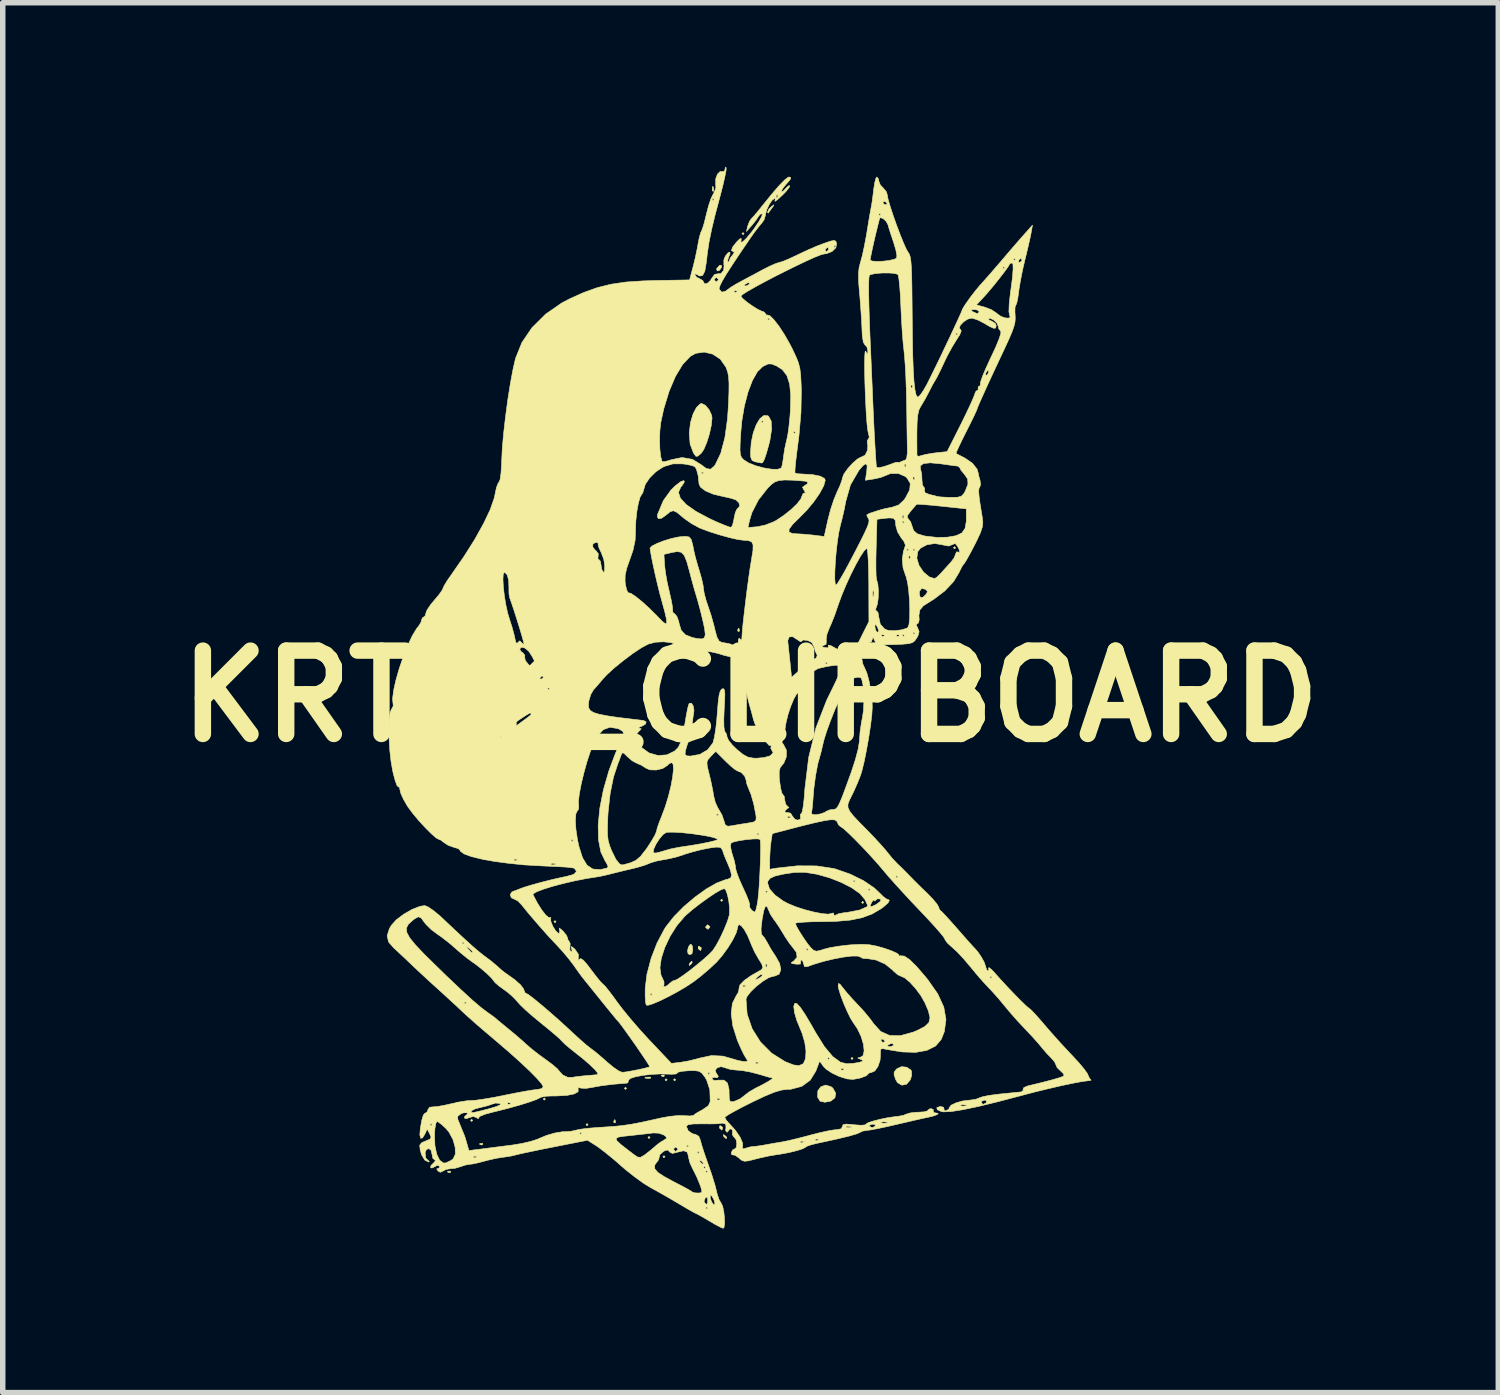
<source format=kicad_pcb>
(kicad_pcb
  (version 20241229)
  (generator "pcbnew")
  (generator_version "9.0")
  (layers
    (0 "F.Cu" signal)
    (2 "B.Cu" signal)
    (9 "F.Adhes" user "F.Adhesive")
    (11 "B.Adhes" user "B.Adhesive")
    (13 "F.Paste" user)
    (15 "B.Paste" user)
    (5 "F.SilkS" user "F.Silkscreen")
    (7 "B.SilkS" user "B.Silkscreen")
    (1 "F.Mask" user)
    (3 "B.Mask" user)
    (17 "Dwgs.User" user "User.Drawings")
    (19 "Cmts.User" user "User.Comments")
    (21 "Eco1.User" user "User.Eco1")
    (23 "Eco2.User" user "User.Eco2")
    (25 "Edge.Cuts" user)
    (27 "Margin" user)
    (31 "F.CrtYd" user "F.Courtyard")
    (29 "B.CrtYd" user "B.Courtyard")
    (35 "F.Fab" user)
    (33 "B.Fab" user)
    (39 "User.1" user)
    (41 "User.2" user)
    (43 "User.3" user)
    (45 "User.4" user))
  (footprint "KRTEK_CLIPBOARD"
    (layer "F.Cu")
    (at 10.675 9.683)
    (property "Reference" "KRTEK_CLIPBOARD" (at 0 0 0) (layer "F.SilkS") (effects (font (size 1.524 1.524) (thickness 0.3))))
    (attr through_hole)
    (fp_poly (pts (xy -5.08 7.757) (xy -5.1 7.776) (xy -5.119 7.757) (xy -5.1 7.737) (xy -5.08 7.757)) (stroke (width 0.01) (type solid)) (fill yes) (layer "F.SilkS"))
    (fp_poly (pts (xy -3.751 7.366) (xy -3.771 7.386) (xy -3.79 7.366) (xy -3.771 7.346) (xy -3.751 7.366)) (stroke (width 0.01) (type solid)) (fill yes) (layer "F.SilkS"))
    (fp_poly (pts (xy -3.556 4.123) (xy -3.576 4.142) (xy -3.595 4.123) (xy -3.576 4.103) (xy -3.556 4.123)) (stroke (width 0.01) (type solid)) (fill yes) (layer "F.SilkS"))
    (fp_poly (pts (xy -2.97 7.835) (xy -2.989 7.854) (xy -3.009 7.835) (xy -2.989 7.815) (xy -2.97 7.835)) (stroke (width 0.01) (type solid)) (fill yes) (layer "F.SilkS"))
    (fp_poly (pts (xy -2.266 7.171) (xy -2.286 7.19) (xy -2.306 7.171) (xy -2.286 7.151) (xy -2.266 7.171)) (stroke (width 0.01) (type solid)) (fill yes) (layer "F.SilkS"))
    (fp_poly (pts (xy -1.837 8.069) (xy -1.856 8.089) (xy -1.876 8.069) (xy -1.856 8.05) (xy -1.837 8.069)) (stroke (width 0.01) (type solid)) (fill yes) (layer "F.SilkS"))
    (fp_poly (pts (xy -1.563 8.421) (xy -1.583 8.441) (xy -1.602 8.421) (xy -1.583 8.402) (xy -1.563 8.421)) (stroke (width 0.01) (type solid)) (fill yes) (layer "F.SilkS"))
    (fp_poly (pts (xy -1.524 7.014) (xy -1.544 7.034) (xy -1.563 7.014) (xy -1.544 6.995) (xy -1.524 7.014)) (stroke (width 0.01) (type solid)) (fill yes) (layer "F.SilkS"))
    (fp_poly (pts (xy -1.368 7.014) (xy -1.387 7.034) (xy -1.407 7.014) (xy -1.387 6.995) (xy -1.368 7.014)) (stroke (width 0.01) (type solid)) (fill yes) (layer "F.SilkS"))
    (fp_poly (pts (xy -0.508 3.732) (xy -0.528 3.751) (xy -0.547 3.732) (xy -0.528 3.712) (xy -0.508 3.732)) (stroke (width 0.01) (type solid)) (fill yes) (layer "F.SilkS"))
    (fp_poly (pts (xy -0.117 -8.46) (xy -0.137 -8.441) (xy -0.156 -8.46) (xy -0.137 -8.48) (xy -0.117 -8.46)) (stroke (width 0.01) (type solid)) (fill yes) (layer "F.SilkS"))
    (fp_poly (pts (xy 1.876 6.624) (xy 1.856 6.643) (xy 1.837 6.624) (xy 1.856 6.604) (xy 1.876 6.624)) (stroke (width 0.01) (type solid)) (fill yes) (layer "F.SilkS"))
    (fp_poly (pts (xy 2.071 3.771) (xy 2.052 3.79) (xy 2.032 3.771) (xy 2.052 3.751) (xy 2.071 3.771)) (stroke (width 0.01) (type solid)) (fill yes) (layer "F.SilkS"))
    (fp_poly (pts (xy 3.751 -2.716) (xy 3.732 -2.696) (xy 3.712 -2.716) (xy 3.732 -2.735) (xy 3.751 -2.716)) (stroke (width 0.01) (type solid)) (fill yes) (layer "F.SilkS"))
    (fp_poly (pts (xy -5.484 8.688) (xy -5.489 8.711) (xy -5.51 8.714) (xy -5.542 8.7) (xy -5.536 8.688) (xy -5.49 8.683) (xy -5.484 8.688)) (stroke (width 0.01) (type solid)) (fill yes) (layer "F.SilkS"))
    (fp_poly (pts (xy -4.898 8.18) (xy -4.903 8.203) (xy -4.924 8.206) (xy -4.956 8.192) (xy -4.95 8.18) (xy -4.903 8.175) (xy -4.898 8.18)) (stroke (width 0.01) (type solid)) (fill yes) (layer "F.SilkS"))
    (fp_poly (pts (xy -2.475 7.75) (xy -2.47 7.797) (xy -2.475 7.802) (xy -2.498 7.797) (xy -2.501 7.776) (xy -2.487 7.744) (xy -2.475 7.75)) (stroke (width 0.01) (type solid)) (fill yes) (layer "F.SilkS"))
    (fp_poly (pts (xy -1.827 6.969) (xy -1.822 6.983) (xy -1.876 6.989) (xy -1.931 6.982) (xy -1.925 6.969) (xy -1.845 6.964) (xy -1.827 6.969)) (stroke (width 0.01) (type solid)) (fill yes) (layer "F.SilkS"))
    (fp_poly (pts (xy -1.576 6.93) (xy -1.581 6.953) (xy -1.602 6.956) (xy -1.634 6.941) (xy -1.628 6.93) (xy -1.582 6.925) (xy -1.576 6.93)) (stroke (width 0.01) (type solid)) (fill yes) (layer "F.SilkS"))
    (fp_poly (pts (xy -0.677 -9.308) (xy -0.672 -9.247) (xy -0.68 -9.233) (xy -0.698 -9.244) (xy -0.7 -9.284) (xy -0.691 -9.326) (xy -0.677 -9.308)) (stroke (width 0.01) (type solid)) (fill yes) (layer "F.SilkS"))
    (fp_poly (pts (xy -0.208 -1.237) (xy -0.204 -1.191) (xy -0.208 -1.185) (xy -0.232 -1.191) (xy -0.234 -1.211) (xy -0.22 -1.244) (xy -0.208 -1.237)) (stroke (width 0.01) (type solid)) (fill yes) (layer "F.SilkS"))
    (fp_poly (pts (xy -0.475 8.027) (xy -0.433 8.066) (xy -0.442 8.089) (xy -0.447 8.089) (xy -0.48 8.061) (xy -0.492 8.044) (xy -0.497 8.017) (xy -0.475 8.027)) (stroke (width 0.01) (type solid)) (fill yes) (layer "F.SilkS"))
    (fp_poly (pts (xy -1.067 4.871) (xy -1.075 4.885) (xy -1.111 4.922) (xy -1.118 4.924) (xy -1.121 4.898) (xy -1.114 4.885) (xy -1.077 4.847) (xy -1.07 4.846) (xy -1.067 4.871)) (stroke (width 0.01) (type solid)) (fill yes) (layer "F.SilkS"))
    (fp_poly (pts (xy -0.9 4.6) (xy -0.899 4.611) (xy -0.912 4.649) (xy -0.916 4.65) (xy -0.949 4.623) (xy -0.957 4.611) (xy -0.954 4.575) (xy -0.94 4.572) (xy -0.9 4.6)) (stroke (width 0.01) (type solid)) (fill yes) (layer "F.SilkS"))
    (fp_poly (pts (xy -0.744 4.211) (xy -0.742 4.22) (xy -0.772 4.258) (xy -0.782 4.259) (xy -0.819 4.23) (xy -0.821 4.22) (xy -0.791 4.182) (xy -0.782 4.181) (xy -0.744 4.211)) (stroke (width 0.01) (type solid)) (fill yes) (layer "F.SilkS"))
    (fp_poly (pts (xy -0.525 -7.872) (xy -0.532 -7.838) (xy -0.568 -7.789) (xy -0.607 -7.778) (xy -0.62 -7.81) (xy -0.616 -7.823) (xy -0.568 -7.878) (xy -0.554 -7.885) (xy -0.525 -7.872)) (stroke (width 0.01) (type solid)) (fill yes) (layer "F.SilkS"))
    (fp_poly (pts (xy -0.51 7.883) (xy -0.508 7.894) (xy -0.521 7.932) (xy -0.525 7.933) (xy -0.559 7.905) (xy -0.567 7.894) (xy -0.564 7.858) (xy -0.549 7.854) (xy -0.51 7.883)) (stroke (width 0.01) (type solid)) (fill yes) (layer "F.SilkS"))
    (fp_poly (pts (xy -1.064 4.566) (xy -1.055 4.631) (xy -1.071 4.711) (xy -1.113 4.727) (xy -1.142 4.707) (xy -1.152 4.655) (xy -1.134 4.584) (xy -1.101 4.536) (xy -1.09 4.533) (xy -1.064 4.566)) (stroke (width 0.01) (type solid)) (fill yes) (layer "F.SilkS"))
    (fp_poly (pts (xy 0.42 -8.968) (xy 0.392 -8.929) (xy 0.344 -8.863) (xy 0.324 -8.835) (xy 0.313 -8.847) (xy 0.313 -8.859) (xy 0.34 -8.914) (xy 0.381 -8.954) (xy 0.427 -8.987) (xy 0.42 -8.968)) (stroke (width 0.01) (type solid)) (fill yes) (layer "F.SilkS"))
    (fp_poly (pts (xy 1.473 7.14) (xy 1.507 7.168) (xy 1.559 7.259) (xy 1.544 7.344) (xy 1.469 7.404) (xy 1.361 7.425) (xy 1.273 7.406) (xy 1.23 7.337) (xy 1.227 7.326) (xy 1.231 7.217) (xy 1.287 7.141) (xy 1.375 7.111) (xy 1.473 7.14)) (stroke (width 0.01) (type solid)) (fill yes) (layer "F.SilkS"))
    (fp_poly (pts (xy 2.858 6.784) (xy 2.933 6.835) (xy 2.945 6.858) (xy 2.947 6.936) (xy 2.923 7.015) (xy 2.855 7.095) (xy 2.769 7.113) (xy 2.69 7.068) (xy 2.656 7.012) (xy 2.626 6.924) (xy 2.627 6.874) (xy 2.663 6.827) (xy 2.678 6.812) (xy 2.761 6.774) (xy 2.858 6.784)) (stroke (width 0.01) (type solid)) (fill yes) (layer "F.SilkS"))
    (fp_poly (pts (xy -0.825 -5.321) (xy -0.758 -5.241) (xy -0.712 -5.143) (xy -0.703 -5.088) (xy -0.717 -4.954) (xy -0.751 -4.797) (xy -0.799 -4.642) (xy -0.853 -4.515) (xy -0.899 -4.446) (xy -0.963 -4.391) (xy -0.998 -4.388) (xy -1.036 -4.439) (xy -1.043 -4.45) (xy -1.104 -4.611) (xy -1.12 -4.814) (xy -1.097 -5.007) (xy -1.049 -5.165) (xy -0.987 -5.283) (xy -0.92 -5.347) (xy -0.893 -5.354) (xy -0.825 -5.321)) (stroke (width 0.01) (type solid)) (fill yes) (layer "F.SilkS"))
    (fp_poly (pts (xy 0.317 -5.13) (xy 0.331 -5.12) (xy 0.379 -5.032) (xy 0.386 -4.882) (xy 0.355 -4.679) (xy 0.336 -4.603) (xy 0.287 -4.429) (xy 0.249 -4.322) (xy 0.22 -4.271) (xy 0.201 -4.265) (xy 0.146 -4.276) (xy 0.088 -4.287) (xy 0.029 -4.312) (xy 0.004 -4.373) (xy 0 -4.455) (xy 0.014 -4.644) (xy 0.051 -4.819) (xy 0.106 -4.967) (xy 0.139 -5.021) (xy 0.195 -5.021) (xy 0.215 -5.002) (xy 0.234 -5.021) (xy 0.215 -5.041) (xy 0.195 -5.021) (xy 0.139 -5.021) (xy 0.173 -5.077) (xy 0.245 -5.135) (xy 0.317 -5.13)) (stroke (width 0.01) (type solid)) (fill yes) (layer "F.SilkS"))
    (fp_poly (pts (xy -0.444 -9.665) (xy -0.447 -9.613) (xy -0.469 -9.5) (xy -0.505 -9.343) (xy -0.553 -9.156) (xy -0.568 -9.099) (xy -0.651 -8.788) (xy -0.712 -8.532) (xy -0.757 -8.312) (xy -0.788 -8.109) (xy -0.808 -7.933) (xy -0.835 -7.775) (xy -0.877 -7.693) (xy -0.935 -7.685) (xy -0.966 -7.705) (xy -1.009 -7.726) (xy -1.016 -7.706) (xy -0.984 -7.662) (xy -0.938 -7.64) (xy -0.875 -7.604) (xy -0.86 -7.578) (xy -0.838 -7.541) (xy -0.788 -7.552) (xy -0.733 -7.603) (xy -0.723 -7.62) (xy -0.664 -7.62) (xy -0.635 -7.582) (xy -0.625 -7.581) (xy -0.587 -7.611) (xy -0.586 -7.62) (xy -0.616 -7.658) (xy -0.625 -7.659) (xy -0.663 -7.629) (xy -0.664 -7.62) (xy -0.723 -7.62) (xy -0.709 -7.643) (xy -0.656 -7.715) (xy -0.608 -7.724) (xy -0.539 -7.731) (xy -0.491 -7.79) (xy -0.483 -7.874) (xy -0.487 -7.889) (xy -0.487 -7.982) (xy -0.461 -8.047) (xy -0.409 -8.112) (xy -0.375 -8.124) (xy -0.376 -8.083) (xy -0.393 -8.046) (xy -0.418 -7.975) (xy -0.413 -7.942) (xy -0.392 -7.949) (xy -0.391 -7.962) (xy -0.366 -8.022) (xy -0.329 -8.067) (xy -0.297 -8.114) (xy -0.31 -8.128) (xy -0.349 -8.151) (xy -0.327 -8.215) (xy -0.251 -8.311) (xy -0.19 -8.369) (xy -0.168 -8.369) (xy -0.17 -8.355) (xy -0.176 -8.303) (xy -0.142 -8.311) (xy -0.076 -8.374) (xy 0.018 -8.487) (xy 0.073 -8.561) (xy 0.152 -8.678) (xy 0.203 -8.77) (xy 0.218 -8.82) (xy 0.217 -8.823) (xy 0.179 -8.817) (xy 0.151 -8.782) (xy 0.1 -8.706) (xy 0.026 -8.613) (xy 0.019 -8.606) (xy -0.074 -8.499) (xy -0.052 -8.597) (xy -0.017 -8.687) (xy 0.017 -8.734) (xy 0.063 -8.783) (xy 0.14 -8.874) (xy 0.231 -8.988) (xy 0.358 -9.144) (xy 0.469 -9.144) (xy 0.483 -9.112) (xy 0.495 -9.118) (xy 0.5 -9.164) (xy 0.495 -9.17) (xy 0.472 -9.165) (xy 0.469 -9.144) (xy 0.358 -9.144) (xy 0.391 -9.185) (xy 0.525 -9.34) (xy 0.627 -9.444) (xy 0.692 -9.493) (xy 0.703 -9.496) (xy 0.737 -9.486) (xy 0.726 -9.45) (xy 0.663 -9.375) (xy 0.644 -9.355) (xy 0.586 -9.281) (xy 0.565 -9.234) (xy 0.567 -9.229) (xy 0.602 -9.24) (xy 0.642 -9.284) (xy 0.692 -9.333) (xy 0.719 -9.337) (xy 0.705 -9.301) (xy 0.647 -9.229) (xy 0.58 -9.161) (xy 0.499 -9.087) (xy 0.451 -9.051) (xy 0.446 -9.056) (xy 0.453 -9.099) (xy 0.441 -9.105) (xy 0.396 -9.072) (xy 0.343 -8.994) (xy 0.297 -8.897) (xy 0.274 -8.81) (xy 0.274 -8.799) (xy 0.247 -8.71) (xy 0.205 -8.652) (xy 0.148 -8.585) (xy 0.066 -8.477) (xy -0.012 -8.366) (xy -0.197 -8.094) (xy -0.339 -7.879) (xy -0.445 -7.715) (xy -0.516 -7.594) (xy -0.557 -7.512) (xy -0.573 -7.461) (xy -0.571 -7.442) (xy -0.524 -7.39) (xy -0.451 -7.41) (xy -0.449 -7.412) (xy -0.3 -7.412) (xy -0.294 -7.388) (xy -0.274 -7.386) (xy -0.241 -7.4) (xy -0.247 -7.412) (xy -0.294 -7.416) (xy -0.3 -7.412) (xy -0.449 -7.412) (xy -0.421 -7.434) (xy -0.354 -7.483) (xy -0.284 -7.525) (xy -0.112 -7.525) (xy -0.102 -7.505) (xy -0.08 -7.503) (xy -0.027 -7.531) (xy -0.02 -7.541) (xy -0.026 -7.564) (xy -0.057 -7.557) (xy -0.112 -7.525) (xy -0.284 -7.525) (xy -0.251 -7.545) (xy -0.213 -7.566) (xy -0.099 -7.627) (xy 0.051 -7.707) (xy 0.205 -7.79) (xy 0.206 -7.791) (xy 0.34 -7.859) (xy 0.451 -7.909) (xy 0.519 -7.932) (xy 0.524 -7.933) (xy 0.582 -7.949) (xy 0.69 -7.993) (xy 0.826 -8.056) (xy 0.865 -8.075) (xy 1.033 -8.154) (xy 1.064 -8.167) (xy 1.368 -8.167) (xy 1.381 -8.129) (xy 1.385 -8.128) (xy 1.418 -8.155) (xy 1.426 -8.167) (xy 1.423 -8.203) (xy 1.409 -8.206) (xy 1.369 -8.178) (xy 1.368 -8.167) (xy 1.064 -8.167) (xy 1.199 -8.226) (xy 1.524 -8.226) (xy 1.544 -8.206) (xy 1.563 -8.226) (xy 1.544 -8.245) (xy 1.524 -8.226) (xy 1.199 -8.226) (xy 1.205 -8.229) (xy 1.346 -8.283) (xy 1.354 -8.286) (xy 1.47 -8.325) (xy 1.532 -8.336) (xy 1.561 -8.321) (xy 1.575 -8.281) (xy 1.561 -8.202) (xy 1.491 -8.133) (xy 1.388 -8.093) (xy 1.345 -8.089) (xy 1.283 -8.072) (xy 1.168 -8.026) (xy 1.013 -7.956) (xy 0.831 -7.869) (xy 0.633 -7.771) (xy 0.432 -7.67) (xy 0.242 -7.57) (xy 0.073 -7.478) (xy -0.061 -7.401) (xy -0.148 -7.345) (xy -0.176 -7.318) (xy -0.145 -7.276) (xy -0.069 -7.211) (xy 0.031 -7.14) (xy 0.132 -7.077) (xy 0.212 -7.039) (xy 0.236 -7.034) (xy 0.272 -7.004) (xy 0.274 -6.992) (xy 0.297 -6.968) (xy 0.308 -6.973) (xy 0.355 -6.959) (xy 0.428 -6.887) (xy 0.519 -6.77) (xy 0.617 -6.62) (xy 0.715 -6.449) (xy 0.766 -6.35) (xy 0.832 -6.21) (xy 0.876 -6.1) (xy 0.903 -5.995) (xy 0.918 -5.872) (xy 0.926 -5.708) (xy 0.93 -5.588) (xy 0.923 -5.19) (xy 0.886 -4.761) (xy 0.868 -4.62) (xy 0.843 -4.428) (xy 0.824 -4.265) (xy 0.814 -4.147) (xy 0.813 -4.087) (xy 0.815 -4.083) (xy 0.863 -4.069) (xy 0.954 -4.064) (xy 0.954 -4.064) (xy 1.137 -4.053) (xy 1.274 -4.025) (xy 1.353 -3.983) (xy 1.367 -3.951) (xy 1.34 -3.85) (xy 1.266 -3.713) (xy 1.158 -3.557) (xy 1.026 -3.398) (xy 0.896 -3.267) (xy 0.77 -3.142) (xy 0.706 -3.056) (xy 0.705 -3.003) (xy 0.764 -2.977) (xy 0.86 -2.97) (xy 0.957 -2.965) (xy 1.091 -2.953) (xy 1.153 -2.946) (xy 1.348 -2.922) (xy 1.418 -3.235) (xy 1.465 -3.414) (xy 1.523 -3.59) (xy 1.58 -3.729) (xy 1.584 -3.738) (xy 1.638 -3.855) (xy 1.673 -3.952) (xy 1.68 -3.989) (xy 1.707 -4.062) (xy 1.775 -4.158) (xy 1.864 -4.257) (xy 1.954 -4.337) (xy 2.025 -4.376) (xy 2.034 -4.377) (xy 2.097 -4.41) (xy 2.138 -4.491) (xy 2.146 -4.589) (xy 2.136 -4.628) (xy 2.138 -4.684) (xy 2.154 -4.697) (xy 2.173 -4.741) (xy 2.156 -4.807) (xy 2.143 -4.874) (xy 2.13 -4.993) (xy 2.118 -5.153) (xy 2.108 -5.341) (xy 2.099 -5.542) (xy 2.092 -5.744) (xy 2.088 -5.934) (xy 2.087 -6.099) (xy 2.09 -6.226) (xy 2.096 -6.301) (xy 2.107 -6.312) (xy 2.107 -6.311) (xy 2.135 -6.257) (xy 2.145 -6.276) (xy 2.146 -6.317) (xy 2.128 -6.392) (xy 2.098 -6.42) (xy 2.064 -6.472) (xy 2.044 -6.599) (xy 2.039 -6.708) (xy 2.032 -6.87) (xy 2.018 -7.074) (xy 2.002 -7.288) (xy 1.994 -7.373) (xy 1.981 -7.532) (xy 2.161 -7.532) (xy 2.162 -7.351) (xy 2.167 -7.116) (xy 2.176 -6.834) (xy 2.185 -6.597) (xy 2.199 -6.287) (xy 2.212 -5.976) (xy 2.225 -5.68) (xy 2.236 -5.417) (xy 2.245 -5.203) (xy 2.251 -5.08) (xy 2.26 -4.881) (xy 2.271 -4.678) (xy 2.282 -4.489) (xy 2.292 -4.332) (xy 2.3 -4.224) (xy 2.304 -4.191) (xy 2.34 -4.18) (xy 2.426 -4.196) (xy 2.499 -4.22) (xy 2.814 -4.22) (xy 2.828 -4.188) (xy 2.84 -4.194) (xy 2.841 -4.211) (xy 3.104 -4.211) (xy 3.111 -4.149) (xy 3.131 -4.064) (xy 3.136 -3.957) (xy 3.143 -3.87) (xy 3.164 -3.83) (xy 3.167 -3.83) (xy 3.186 -3.801) (xy 3.18 -3.773) (xy 3.192 -3.722) (xy 3.269 -3.691) (xy 3.363 -3.669) (xy 3.419 -3.653) (xy 3.478 -3.645) (xy 3.586 -3.639) (xy 3.662 -3.637) (xy 3.785 -3.639) (xy 3.856 -3.658) (xy 3.901 -3.705) (xy 3.926 -3.749) (xy 3.977 -3.877) (xy 3.972 -3.973) (xy 3.91 -4.062) (xy 3.908 -4.064) (xy 3.851 -4.132) (xy 3.83 -4.175) (xy 3.798 -4.207) (xy 3.781 -4.21) (xy 3.719 -4.217) (xy 3.605 -4.233) (xy 3.478 -4.251) (xy 3.287 -4.269) (xy 3.162 -4.255) (xy 3.104 -4.211) (xy 2.841 -4.211) (xy 2.844 -4.241) (xy 2.84 -4.246) (xy 2.816 -4.241) (xy 2.814 -4.22) (xy 2.499 -4.22) (xy 2.54 -4.234) (xy 2.555 -4.24) (xy 2.644 -4.273) (xy 2.693 -4.281) (xy 2.696 -4.277) (xy 2.722 -4.274) (xy 2.745 -4.286) (xy 2.815 -4.315) (xy 2.833 -4.318) (xy 2.856 -4.353) (xy 2.868 -4.442) (xy 2.869 -4.494) (xy 2.867 -4.592) (xy 2.866 -4.651) (xy 3.043 -4.651) (xy 3.044 -4.513) (xy 3.044 -4.424) (xy 3.045 -4.402) (xy 3.076 -4.387) (xy 3.116 -4.399) (xy 3.194 -4.42) (xy 3.315 -4.442) (xy 3.39 -4.452) (xy 3.596 -4.474) (xy 3.85 -4.978) (xy 3.94 -5.162) (xy 4.016 -5.323) (xy 4.072 -5.448) (xy 4.101 -5.523) (xy 4.103 -5.535) (xy 4.127 -5.583) (xy 4.144 -5.588) (xy 4.168 -5.612) (xy 4.162 -5.627) (xy 4.166 -5.663) (xy 4.181 -5.666) (xy 4.207 -5.69) (xy 4.201 -5.704) (xy 4.209 -5.752) (xy 4.245 -5.855) (xy 4.263 -5.898) (xy 4.298 -5.898) (xy 4.311 -5.863) (xy 4.34 -5.894) (xy 4.352 -5.922) (xy 4.355 -5.963) (xy 4.337 -5.959) (xy 4.3 -5.909) (xy 4.298 -5.898) (xy 4.263 -5.898) (xy 4.306 -5.999) (xy 4.384 -6.17) (xy 4.399 -6.201) (xy 4.488 -6.392) (xy 4.549 -6.541) (xy 4.579 -6.638) (xy 4.577 -6.674) (xy 4.54 -6.72) (xy 4.533 -6.762) (xy 4.507 -6.824) (xy 4.448 -6.881) (xy 4.385 -6.911) (xy 4.351 -6.904) (xy 4.366 -6.879) (xy 4.413 -6.859) (xy 4.478 -6.816) (xy 4.494 -6.777) (xy 4.484 -6.734) (xy 4.447 -6.729) (xy 4.368 -6.765) (xy 4.279 -6.818) (xy 4.167 -6.877) (xy 4.069 -6.911) (xy 4.042 -6.915) (xy 3.971 -6.896) (xy 3.897 -6.847) (xy 3.84 -6.788) (xy 3.818 -6.736) (xy 3.836 -6.712) (xy 3.855 -6.681) (xy 3.826 -6.61) (xy 3.77 -6.522) (xy 3.69 -6.392) (xy 3.601 -6.229) (xy 3.537 -6.096) (xy 3.474 -5.961) (xy 3.418 -5.849) (xy 3.382 -5.784) (xy 3.381 -5.783) (xy 3.339 -5.713) (xy 3.283 -5.606) (xy 3.264 -5.568) (xy 3.198 -5.443) (xy 3.13 -5.327) (xy 3.116 -5.306) (xy 3.081 -5.237) (xy 3.059 -5.143) (xy 3.047 -5.009) (xy 3.043 -4.818) (xy 3.043 -4.651) (xy 2.866 -4.651) (xy 2.864 -4.75) (xy 2.861 -4.953) (xy 2.858 -5.182) (xy 2.855 -5.354) (xy 2.85 -5.601) (xy 2.847 -5.666) (xy 2.931 -5.666) (xy 2.945 -5.634) (xy 2.957 -5.64) (xy 2.961 -5.686) (xy 2.957 -5.692) (xy 2.934 -5.687) (xy 2.931 -5.666) (xy 2.847 -5.666) (xy 2.841 -5.844) (xy 2.829 -6.061) (xy 2.816 -6.234) (xy 2.808 -6.311) (xy 2.792 -6.456) (xy 2.776 -6.654) (xy 2.762 -6.88) (xy 2.751 -7.11) (xy 2.75 -7.132) (xy 2.741 -7.332) (xy 2.728 -7.505) (xy 2.714 -7.634) (xy 2.7 -7.706) (xy 2.695 -7.714) (xy 2.637 -7.733) (xy 2.53 -7.741) (xy 2.402 -7.74) (xy 2.281 -7.73) (xy 2.195 -7.711) (xy 2.174 -7.7) (xy 2.166 -7.651) (xy 2.161 -7.532) (xy 1.981 -7.532) (xy 1.978 -7.576) (xy 1.975 -7.724) (xy 1.986 -7.838) (xy 2.012 -7.939) (xy 2.013 -7.939) (xy 2.023 -7.979) (xy 2.188 -7.979) (xy 2.223 -7.959) (xy 2.309 -7.952) (xy 2.422 -7.956) (xy 2.538 -7.97) (xy 2.631 -7.992) (xy 2.672 -8.012) (xy 2.677 -8.062) (xy 2.658 -8.164) (xy 2.62 -8.291) (xy 2.573 -8.432) (xy 2.534 -8.554) (xy 2.514 -8.624) (xy 2.479 -8.687) (xy 2.424 -8.737) (xy 2.376 -8.752) (xy 2.365 -8.744) (xy 2.351 -8.7) (xy 2.326 -8.6) (xy 2.293 -8.465) (xy 2.258 -8.316) (xy 2.226 -8.172) (xy 2.202 -8.056) (xy 2.189 -7.987) (xy 2.188 -7.979) (xy 2.023 -7.979) (xy 2.044 -8.055) (xy 2.08 -8.22) (xy 2.115 -8.404) (xy 2.128 -8.48) (xy 2.156 -8.653) (xy 2.182 -8.806) (xy 2.183 -8.812) (xy 2.345 -8.812) (xy 2.364 -8.792) (xy 2.384 -8.812) (xy 2.364 -8.831) (xy 2.345 -8.812) (xy 2.183 -8.812) (xy 2.202 -8.917) (xy 2.208 -8.949) (xy 2.222 -9.029) (xy 2.423 -9.029) (xy 2.451 -8.989) (xy 2.462 -8.988) (xy 2.5 -9.001) (xy 2.501 -9.005) (xy 2.474 -9.038) (xy 2.462 -9.046) (xy 2.426 -9.043) (xy 2.423 -9.029) (xy 2.222 -9.029) (xy 2.224 -9.042) (xy 2.242 -9.177) (xy 2.253 -9.271) (xy 2.272 -9.392) (xy 2.294 -9.473) (xy 2.311 -9.496) (xy 2.339 -9.463) (xy 2.345 -9.426) (xy 2.374 -9.351) (xy 2.423 -9.3) (xy 2.484 -9.228) (xy 2.501 -9.171) (xy 2.515 -9.094) (xy 2.552 -8.965) (xy 2.606 -8.801) (xy 2.669 -8.622) (xy 2.736 -8.445) (xy 2.799 -8.288) (xy 2.852 -8.171) (xy 2.886 -8.114) (xy 2.906 -8.084) (xy 2.921 -8.035) (xy 2.933 -7.961) (xy 2.942 -7.85) (xy 2.948 -7.695) (xy 2.952 -7.485) (xy 2.955 -7.212) (xy 2.957 -7) (xy 2.961 -6.583) (xy 2.967 -6.24) (xy 2.977 -5.966) (xy 2.99 -5.757) (xy 3.007 -5.608) (xy 3.027 -5.515) (xy 3.052 -5.474) (xy 3.062 -5.471) (xy 3.101 -5.504) (xy 3.161 -5.589) (xy 3.229 -5.708) (xy 3.232 -5.715) (xy 3.293 -5.837) (xy 3.371 -5.996) (xy 3.46 -6.179) (xy 3.553 -6.374) (xy 3.645 -6.567) (xy 3.671 -6.624) (xy 3.751 -6.624) (xy 3.771 -6.604) (xy 3.79 -6.624) (xy 3.771 -6.643) (xy 3.751 -6.624) (xy 3.671 -6.624) (xy 3.728 -6.745) (xy 3.797 -6.894) (xy 3.846 -7.002) (xy 3.868 -7.056) (xy 3.869 -7.059) (xy 3.872 -7.066) (xy 4.036 -7.066) (xy 4.05 -7.043) (xy 4.064 -7.034) (xy 4.145 -6.997) (xy 4.18 -7.021) (xy 4.181 -7.034) (xy 4.148 -7.064) (xy 4.093 -7.072) (xy 4.036 -7.066) (xy 3.872 -7.066) (xy 3.891 -7.106) (xy 3.924 -7.157) (xy 4.132 -7.157) (xy 4.287 -7.115) (xy 4.406 -7.069) (xy 4.5 -7.007) (xy 4.513 -6.995) (xy 4.576 -6.949) (xy 4.651 -6.921) (xy 4.717 -6.914) (xy 4.751 -6.932) (xy 4.739 -6.965) (xy 4.726 -7.032) (xy 4.731 -7.172) (xy 4.754 -7.382) (xy 4.765 -7.457) (xy 4.792 -7.67) (xy 4.803 -7.822) (xy 4.799 -7.907) (xy 4.79 -7.923) (xy 4.746 -7.916) (xy 4.737 -7.9) (xy 4.704 -7.844) (xy 4.633 -7.747) (xy 4.537 -7.623) (xy 4.43 -7.49) (xy 4.324 -7.365) (xy 4.248 -7.281) (xy 4.132 -7.157) (xy 3.924 -7.157) (xy 3.949 -7.194) (xy 4.027 -7.304) (xy 4.113 -7.415) (xy 4.192 -7.51) (xy 4.206 -7.525) (xy 4.279 -7.607) (xy 4.386 -7.728) (xy 4.478 -7.835) (xy 4.611 -7.835) (xy 4.631 -7.815) (xy 4.65 -7.835) (xy 4.631 -7.854) (xy 4.611 -7.835) (xy 4.478 -7.835) (xy 4.51 -7.872) (xy 4.592 -7.967) (xy 4.612 -7.991) (xy 4.806 -7.991) (xy 4.826 -7.972) (xy 4.904 -7.972) (xy 4.907 -7.936) (xy 4.921 -7.933) (xy 4.961 -7.961) (xy 4.963 -7.972) (xy 4.949 -8.01) (xy 4.946 -8.011) (xy 4.912 -7.983) (xy 4.904 -7.972) (xy 4.826 -7.972) (xy 4.846 -7.991) (xy 4.826 -8.011) (xy 4.806 -7.991) (xy 4.612 -7.991) (xy 4.723 -8.121) (xy 4.853 -8.272) (xy 4.963 -8.398) (xy 5.011 -8.452) (xy 5.157 -8.616) (xy 5.133 -8.48) (xy 5.113 -8.38) (xy 5.079 -8.23) (xy 5.038 -8.058) (xy 5.021 -7.991) (xy 4.976 -7.798) (xy 4.937 -7.6) (xy 4.909 -7.431) (xy 4.905 -7.395) (xy 4.887 -7.269) (xy 4.867 -7.181) (xy 4.851 -7.151) (xy 4.838 -7.116) (xy 4.836 -7.029) (xy 4.839 -6.981) (xy 4.842 -6.91) (xy 4.837 -6.842) (xy 4.818 -6.764) (xy 4.783 -6.664) (xy 4.725 -6.528) (xy 4.641 -6.346) (xy 4.551 -6.155) (xy 4.437 -5.911) (xy 4.335 -5.691) (xy 4.251 -5.505) (xy 4.187 -5.362) (xy 4.15 -5.273) (xy 4.142 -5.248) (xy 4.125 -5.207) (xy 4.08 -5.11) (xy 4.014 -4.975) (xy 3.944 -4.837) (xy 3.866 -4.681) (xy 3.805 -4.553) (xy 3.767 -4.468) (xy 3.759 -4.44) (xy 3.798 -4.419) (xy 3.882 -4.376) (xy 3.921 -4.356) (xy 4.057 -4.263) (xy 4.143 -4.155) (xy 4.164 -4.084) (xy 4.177 -4.019) (xy 4.197 -3.953) (xy 4.208 -3.869) (xy 4.192 -3.825) (xy 4.178 -3.798) (xy 4.173 -3.747) (xy 4.18 -3.66) (xy 4.198 -3.524) (xy 4.23 -3.327) (xy 4.241 -3.261) (xy 4.249 -3.175) (xy 4.239 -3.092) (xy 4.205 -2.99) (xy 4.14 -2.85) (xy 4.101 -2.772) (xy 4.025 -2.627) (xy 3.96 -2.509) (xy 3.915 -2.436) (xy 3.903 -2.421) (xy 3.869 -2.374) (xy 3.824 -2.285) (xy 3.813 -2.261) (xy 3.712 -2.094) (xy 3.553 -1.926) (xy 3.355 -1.776) (xy 3.279 -1.729) (xy 3.159 -1.652) (xy 3.097 -1.577) (xy 3.08 -1.479) (xy 3.085 -1.397) (xy 3.071 -1.339) (xy 3.05 -1.329) (xy 3.032 -1.303) (xy 3.057 -1.251) (xy 3.084 -1.181) (xy 3.063 -1.106) (xy 3.04 -1.065) (xy 3.004 -1.013) (xy 2.96 -0.98) (xy 2.889 -0.961) (xy 2.774 -0.951) (xy 2.64 -0.945) (xy 2.477 -0.941) (xy 2.375 -0.944) (xy 2.317 -0.958) (xy 2.286 -0.987) (xy 2.268 -1.024) (xy 2.242 -1.078) (xy 2.231 -1.059) (xy 2.23 -1.045) (xy 2.207 -0.992) (xy 2.182 -0.987) (xy 2.131 -0.962) (xy 2.08 -0.886) (xy 2.043 -0.784) (xy 2.033 -0.702) (xy 2.053 -0.592) (xy 2.084 -0.526) (xy 2.127 -0.429) (xy 2.168 -0.278) (xy 2.201 -0.1) (xy 2.223 0.082) (xy 2.227 0.198) (xy 2.219 0.341) (xy 2.195 0.537) (xy 2.161 0.762) (xy 2.12 0.992) (xy 2.077 1.204) (xy 2.035 1.375) (xy 2.013 1.444) (xy 1.958 1.584) (xy 1.887 1.744) (xy 1.85 1.819) (xy 1.807 1.906) (xy 1.782 1.974) (xy 1.783 2.035) (xy 1.814 2.102) (xy 1.881 2.188) (xy 1.991 2.305) (xy 2.15 2.466) (xy 2.151 2.468) (xy 2.278 2.599) (xy 2.394 2.726) (xy 2.482 2.827) (xy 2.503 2.854) (xy 2.59 2.961) (xy 2.677 3.054) (xy 2.687 3.064) (xy 2.771 3.144) (xy 2.872 3.246) (xy 2.902 3.277) (xy 2.997 3.374) (xy 3.121 3.497) (xy 3.234 3.606) (xy 3.334 3.709) (xy 3.407 3.796) (xy 3.439 3.85) (xy 3.439 3.852) (xy 3.459 3.907) (xy 3.469 3.914) (xy 3.505 3.947) (xy 3.581 4.027) (xy 3.684 4.141) (xy 3.788 4.259) (xy 3.906 4.394) (xy 4.005 4.506) (xy 4.075 4.583) (xy 4.102 4.611) (xy 4.158 4.674) (xy 4.222 4.77) (xy 4.275 4.866) (xy 4.298 4.934) (xy 4.298 4.937) (xy 4.321 5.005) (xy 4.337 5.021) (xy 4.36 5.013) (xy 4.353 4.975) (xy 4.362 4.961) (xy 4.409 4.999) (xy 4.461 5.054) (xy 4.579 5.186) (xy 4.709 5.326) (xy 4.838 5.461) (xy 4.953 5.578) (xy 5.043 5.664) (xy 5.095 5.707) (xy 5.1 5.71) (xy 5.141 5.745) (xy 5.217 5.826) (xy 5.317 5.939) (xy 5.367 5.998) (xy 5.501 6.153) (xy 5.662 6.333) (xy 5.824 6.508) (xy 5.885 6.572) (xy 6.004 6.701) (xy 6.099 6.814) (xy 6.159 6.897) (xy 6.174 6.931) (xy 6.203 6.994) (xy 6.223 7.008) (xy 6.228 7.024) (xy 6.174 7.032) (xy 6.069 7.045) (xy 5.903 7.076) (xy 5.692 7.12) (xy 5.452 7.176) (xy 5.196 7.238) (xy 4.943 7.305) (xy 4.517 7.417) (xy 4.163 7.503) (xy 3.882 7.562) (xy 3.671 7.595) (xy 3.531 7.601) (xy 3.488 7.595) (xy 3.415 7.56) (xy 3.407 7.523) (xy 3.465 7.503) (xy 3.48 7.503) (xy 3.534 7.518) (xy 3.536 7.542) (xy 3.545 7.575) (xy 3.573 7.581) (xy 3.627 7.552) (xy 3.634 7.524) (xy 3.662 7.488) (xy 3.824 7.488) (xy 3.876 7.495) (xy 3.888 7.495) (xy 3.955 7.491) (xy 3.961 7.479) (xy 3.957 7.477) (xy 3.88 7.469) (xy 3.84 7.476) (xy 3.824 7.488) (xy 3.662 7.488) (xy 3.669 7.479) (xy 3.758 7.436) (xy 3.797 7.425) (xy 4.22 7.425) (xy 4.248 7.463) (xy 4.257 7.464) (xy 4.31 7.435) (xy 4.318 7.425) (xy 4.309 7.391) (xy 4.281 7.386) (xy 4.228 7.406) (xy 4.22 7.425) (xy 3.797 7.425) (xy 3.877 7.402) (xy 4.003 7.386) (xy 4.018 7.386) (xy 4.124 7.369) (xy 4.18 7.347) (xy 4.248 7.323) (xy 4.363 7.3) (xy 4.536 7.277) (xy 4.776 7.253) (xy 4.787 7.252) (xy 4.889 7.242) (xy 4.955 7.235) (xy 4.988 7.208) (xy 4.983 7.191) (xy 4.999 7.157) (xy 5.069 7.127) (xy 5.337 7.062) (xy 5.532 7.011) (xy 5.66 6.973) (xy 5.724 6.948) (xy 5.732 6.942) (xy 5.724 6.903) (xy 5.674 6.855) (xy 5.609 6.793) (xy 5.588 6.746) (xy 5.561 6.686) (xy 5.5 6.616) (xy 5.413 6.526) (xy 5.326 6.423) (xy 5.258 6.341) (xy 5.155 6.226) (xy 5.037 6.1) (xy 5.014 6.076) (xy 4.885 5.939) (xy 4.758 5.795) (xy 4.658 5.675) (xy 4.65 5.666) (xy 4.537 5.529) (xy 4.409 5.386) (xy 4.357 5.332) (xy 4.252 5.219) (xy 4.182 5.139) (xy 4.377 5.139) (xy 4.396 5.158) (xy 4.416 5.139) (xy 4.396 5.119) (xy 4.377 5.139) (xy 4.182 5.139) (xy 4.127 5.075) (xy 4.008 4.931) (xy 4.006 4.929) (xy 3.894 4.797) (xy 3.781 4.676) (xy 3.69 4.593) (xy 3.683 4.587) (xy 3.603 4.515) (xy 3.559 4.455) (xy 3.556 4.443) (xy 3.53 4.4) (xy 3.458 4.312) (xy 3.35 4.189) (xy 3.214 4.042) (xy 3.105 3.927) (xy 2.934 3.747) (xy 2.764 3.563) (xy 2.61 3.393) (xy 2.53 3.302) (xy 2.657 3.302) (xy 2.677 3.322) (xy 2.696 3.302) (xy 2.677 3.282) (xy 2.657 3.302) (xy 2.53 3.302) (xy 2.488 3.254) (xy 2.446 3.204) (xy 2.329 3.066) (xy 2.194 2.916) (xy 2.054 2.766) (xy 1.918 2.626) (xy 1.799 2.509) (xy 1.706 2.425) (xy 1.652 2.385) (xy 1.646 2.384) (xy 1.609 2.351) (xy 1.592 2.311) (xy 1.573 2.278) (xy 1.532 2.26) (xy 1.458 2.259) (xy 1.342 2.277) (xy 1.175 2.313) (xy 0.947 2.369) (xy 0.815 2.403) (xy 0.399 2.512) (xy 0.376 2.653) (xy 0.361 2.784) (xy 0.353 2.937) (xy 0.352 2.979) (xy 0.352 3.164) (xy 0.479 3.143) (xy 0.859 3.101) (xy 1.21 3.103) (xy 1.513 3.149) (xy 1.555 3.159) (xy 1.824 3.253) (xy 2.068 3.373) (xy 2.266 3.508) (xy 2.356 3.593) (xy 2.432 3.668) (xy 2.491 3.71) (xy 2.501 3.712) (xy 2.54 3.73) (xy 2.515 3.78) (xy 2.431 3.854) (xy 2.392 3.883) (xy 2.225 3.981) (xy 2.041 4.05) (xy 1.825 4.094) (xy 1.56 4.117) (xy 1.319 4.122) (xy 1.132 4.124) (xy 0.977 4.131) (xy 0.868 4.14) (xy 0.821 4.151) (xy 0.821 4.153) (xy 0.841 4.207) (xy 0.895 4.301) (xy 0.966 4.413) (xy 1.04 4.52) (xy 1.103 4.598) (xy 1.157 4.649) (xy 1.21 4.663) (xy 1.293 4.643) (xy 1.34 4.627) (xy 1.456 4.597) (xy 1.619 4.57) (xy 1.797 4.549) (xy 1.836 4.546) (xy 2.026 4.537) (xy 2.173 4.544) (xy 2.314 4.571) (xy 2.453 4.611) (xy 2.584 4.657) (xy 2.676 4.699) (xy 2.714 4.729) (xy 2.713 4.733) (xy 2.722 4.752) (xy 2.746 4.746) (xy 2.813 4.752) (xy 2.908 4.815) (xy 3.034 4.938) (xy 3.194 5.124) (xy 3.24 5.179) (xy 3.424 5.442) (xy 3.535 5.684) (xy 3.575 5.912) (xy 3.545 6.133) (xy 3.487 6.278) (xy 3.386 6.396) (xy 3.226 6.476) (xy 3.02 6.513) (xy 2.78 6.505) (xy 2.747 6.501) (xy 2.604 6.478) (xy 2.487 6.458) (xy 2.423 6.445) (xy 2.382 6.453) (xy 2.376 6.519) (xy 2.377 6.536) (xy 2.37 6.655) (xy 2.332 6.769) (xy 2.275 6.851) (xy 2.218 6.878) (xy 2.16 6.894) (xy 2.149 6.912) (xy 2.115 6.942) (xy 2.029 6.975) (xy 1.987 6.987) (xy 1.873 7.007) (xy 1.768 6.998) (xy 1.634 6.957) (xy 1.618 6.951) (xy 1.487 6.889) (xy 1.379 6.816) (xy 1.376 6.812) (xy 1.654 6.812) (xy 1.66 6.836) (xy 1.68 6.838) (xy 1.712 6.824) (xy 1.706 6.812) (xy 1.66 6.808) (xy 1.654 6.812) (xy 1.376 6.812) (xy 1.337 6.773) (xy 1.264 6.673) (xy 1.195 6.855) (xy 1.093 7.021) (xy 0.938 7.134) (xy 0.738 7.187) (xy 0.663 7.19) (xy 0.564 7.203) (xy 0.433 7.242) (xy 0.259 7.314) (xy 0.031 7.422) (xy 0.017 7.429) (xy -0.159 7.518) (xy -0.307 7.597) (xy -0.413 7.658) (xy -0.466 7.696) (xy -0.469 7.701) (xy -0.444 7.751) (xy -0.398 7.804) (xy -0.278 7.936) (xy -0.19 8.064) (xy -0.144 8.17) (xy -0.143 8.227) (xy -0.152 8.277) (xy -0.109 8.273) (xy -0.095 8.267) (xy -0.004 8.241) (xy 0.039 8.236) (xy 0.112 8.229) (xy 0.225 8.212) (xy 0.274 8.203) (xy 0.418 8.177) (xy 0.557 8.154) (xy 0.586 8.149) (xy 0.626 8.141) (xy 0.912 8.141) (xy 0.917 8.164) (xy 0.938 8.167) (xy 0.97 8.153) (xy 0.964 8.141) (xy 0.918 8.136) (xy 0.912 8.141) (xy 0.626 8.141) (xy 0.684 8.129) (xy 0.8 8.102) (xy 1.185 8.102) (xy 1.191 8.125) (xy 1.211 8.128) (xy 1.244 8.114) (xy 1.237 8.102) (xy 1.191 8.097) (xy 1.185 8.102) (xy 0.8 8.102) (xy 0.832 8.094) (xy 1.006 8.05) (xy 1.094 8.026) (xy 1.266 7.982) (xy 1.421 7.948) (xy 1.536 7.929) (xy 1.573 7.927) (xy 1.66 7.91) (xy 1.674 7.882) (xy 1.744 7.882) (xy 1.798 7.887) (xy 1.853 7.881) (xy 1.846 7.868) (xy 1.768 7.863) (xy 2.174 7.863) (xy 2.227 7.892) (xy 2.282 7.86) (xy 2.285 7.857) (xy 2.272 7.83) (xy 2.231 7.826) (xy 2.177 7.843) (xy 2.174 7.863) (xy 1.768 7.863) (xy 1.766 7.862) (xy 1.749 7.868) (xy 1.744 7.882) (xy 1.674 7.882) (xy 1.68 7.87) (xy 1.693 7.836) (xy 1.742 7.824) (xy 1.845 7.831) (xy 1.895 7.837) (xy 2.021 7.846) (xy 2.096 7.839) (xy 2.11 7.827) (xy 2.145 7.802) (xy 2.149 7.801) (xy 2.378 7.801) (xy 2.43 7.808) (xy 2.442 7.808) (xy 2.509 7.804) (xy 2.515 7.791) (xy 2.511 7.79) (xy 2.434 7.782) (xy 2.394 7.788) (xy 2.378 7.801) (xy 2.149 7.801) (xy 2.236 7.771) (xy 2.363 7.738) (xy 2.503 7.709) (xy 2.636 7.689) (xy 2.696 7.683) (xy 2.795 7.665) (xy 2.85 7.642) (xy 2.922 7.62) (xy 3.035 7.608) (xy 3.074 7.607) (xy 3.177 7.6) (xy 3.237 7.583) (xy 3.243 7.574) (xy 3.275 7.546) (xy 3.304 7.542) (xy 3.345 7.561) (xy 3.341 7.581) (xy 3.351 7.613) (xy 3.384 7.62) (xy 3.433 7.628) (xy 3.417 7.649) (xy 3.346 7.676) (xy 3.255 7.698) (xy 3.157 7.719) (xy 3.005 7.753) (xy 2.821 7.796) (xy 2.657 7.834) (xy 2.473 7.876) (xy 2.312 7.91) (xy 2.191 7.932) (xy 2.131 7.939) (xy 2.045 7.954) (xy 2.011 7.973) (xy 1.944 8.003) (xy 1.801 8.044) (xy 1.586 8.096) (xy 1.299 8.159) (xy 1.231 8.173) (xy 1.116 8.201) (xy 1.036 8.228) (xy 1.016 8.241) (xy 0.962 8.273) (xy 0.85 8.309) (xy 0.704 8.345) (xy 0.542 8.375) (xy 0.488 8.382) (xy 0.329 8.409) (xy 0.153 8.448) (xy 0.083 8.466) (xy -0.039 8.497) (xy -0.113 8.504) (xy -0.165 8.484) (xy -0.213 8.443) (xy -0.281 8.394) (xy -0.325 8.388) (xy -0.325 8.388) (xy -0.347 8.38) (xy -0.352 8.349) (xy -0.324 8.294) (xy -0.296 8.284) (xy -0.26 8.253) (xy -0.25 8.183) (xy -0.264 8.107) (xy -0.301 8.06) (xy -0.305 8.059) (xy -0.332 8.017) (xy -0.327 7.993) (xy -0.333 7.931) (xy -0.349 7.915) (xy -0.387 7.915) (xy -0.391 7.93) (xy -0.421 7.97) (xy -0.432 7.972) (xy -0.456 7.941) (xy -0.449 7.894) (xy -0.452 7.826) (xy -0.515 7.807) (xy -0.567 7.815) (xy -0.623 7.819) (xy -0.734 7.821) (xy -0.877 7.82) (xy -0.889 7.82) (xy -1.047 7.822) (xy -1.138 7.835) (xy -1.171 7.86) (xy -1.172 7.867) (xy -1.138 7.948) (xy -1.058 8.002) (xy -1.009 8.011) (xy -0.945 8.047) (xy -0.917 8.118) (xy -0.892 8.21) (xy -0.849 8.345) (xy -0.802 8.48) (xy -0.71 8.744) (xy -0.646 8.952) (xy -0.607 9.112) (xy -0.573 9.21) (xy -0.537 9.268) (xy -0.509 9.328) (xy -0.488 9.428) (xy -0.476 9.543) (xy -0.474 9.647) (xy -0.485 9.716) (xy -0.499 9.73) (xy -0.547 9.711) (xy -0.641 9.662) (xy -0.759 9.593) (xy -0.875 9.525) (xy -0.963 9.476) (xy -1.002 9.457) (xy -1.002 9.457) (xy -1.04 9.438) (xy -1.129 9.388) (xy -1.178 9.359) (xy -0.821 9.359) (xy -0.801 9.378) (xy -0.782 9.359) (xy -0.801 9.339) (xy -0.821 9.359) (xy -1.178 9.359) (xy -1.251 9.316) (xy -1.3 9.287) (xy -1.391 9.233) (xy -0.849 9.233) (xy -0.842 9.258) (xy -0.804 9.298) (xy -0.784 9.262) (xy -0.782 9.214) (xy -0.789 9.17) (xy -0.737 9.17) (xy -0.714 9.242) (xy -0.678 9.294) (xy -0.663 9.3) (xy -0.651 9.27) (xy -0.671 9.202) (xy -0.709 9.137) (xy -0.733 9.121) (xy -0.737 9.17) (xy -0.789 9.17) (xy -0.791 9.158) (xy -0.824 9.171) (xy -0.825 9.172) (xy -0.849 9.233) (xy -1.391 9.233) (xy -1.471 9.186) (xy -1.653 9.082) (xy -1.809 8.996) (xy -1.817 8.992) (xy -1.951 8.91) (xy -2.115 8.792) (xy -2.282 8.66) (xy -2.358 8.594) (xy -2.377 8.577) (xy -1.754 8.577) (xy -1.752 8.64) (xy -1.694 8.708) (xy -1.574 8.787) (xy -1.417 8.872) (xy -1.27 8.948) (xy -1.153 9.011) (xy -1.08 9.054) (xy -1.065 9.066) (xy -1.023 9.081) (xy -0.963 9.085) (xy -0.906 9.081) (xy -0.888 9.055) (xy -0.905 8.987) (xy -0.925 8.93) (xy -0.982 8.792) (xy -1.03 8.695) (xy -0.821 8.695) (xy -0.801 8.714) (xy -0.782 8.695) (xy -0.801 8.675) (xy -0.821 8.695) (xy -1.03 8.695) (xy -1.048 8.659) (xy -1.057 8.644) (xy -1.069 8.616) (xy -0.86 8.616) (xy -0.84 8.636) (xy -0.821 8.616) (xy -0.84 8.597) (xy -0.86 8.616) (xy -1.069 8.616) (xy -1.108 8.534) (xy -1.118 8.491) (xy -0.932 8.491) (xy -0.922 8.513) (xy -0.883 8.555) (xy -0.86 8.546) (xy -0.86 8.541) (xy -0.887 8.508) (xy -0.905 8.495) (xy -0.932 8.491) (xy -1.118 8.491) (xy -1.133 8.433) (xy -1.133 8.422) (xy -1.154 8.343) (xy -0.977 8.343) (xy -0.957 8.362) (xy -0.938 8.343) (xy -0.957 8.323) (xy -0.977 8.343) (xy -1.154 8.343) (xy -1.155 8.338) (xy -1.223 8.312) (xy -1.339 8.339) (xy -1.427 8.361) (xy -1.475 8.338) (xy -1.481 8.329) (xy -1.518 8.297) (xy -1.576 8.316) (xy -1.597 8.329) (xy -1.656 8.382) (xy -1.667 8.42) (xy -1.681 8.478) (xy -1.706 8.511) (xy -1.754 8.577) (xy -2.377 8.577) (xy -2.505 8.466) (xy -2.65 8.348) (xy -2.771 8.255) (xy -2.822 8.22) (xy -2.981 8.12) (xy -3.61 8.244) (xy -3.826 8.287) (xy -4.017 8.327) (xy -4.169 8.359) (xy -4.269 8.382) (xy -4.298 8.39) (xy -4.374 8.408) (xy -4.487 8.426) (xy -4.513 8.429) (xy -4.649 8.45) (xy -4.806 8.486) (xy -4.862 8.501) (xy -4.988 8.534) (xy -5.09 8.555) (xy -5.124 8.558) (xy -5.209 8.572) (xy -5.302 8.603) (xy -5.405 8.633) (xy -5.483 8.639) (xy -5.572 8.655) (xy -5.612 8.678) (xy -5.673 8.706) (xy -5.715 8.681) (xy -5.739 8.644) (xy -5.711 8.636) (xy -5.681 8.613) (xy -5.687 8.595) (xy -5.731 8.578) (xy -5.768 8.601) (xy -5.827 8.628) (xy -5.85 8.622) (xy -5.843 8.582) (xy -5.8 8.539) (xy -5.76 8.496) (xy -5.774 8.481) (xy -5.811 8.447) (xy -5.822 8.386) (xy -5.842 8.303) (xy -5.885 8.27) (xy -5.93 8.295) (xy -5.95 8.347) (xy -5.941 8.443) (xy -5.905 8.479) (xy -5.872 8.51) (xy -5.886 8.518) (xy -5.957 8.483) (xy -6.015 8.386) (xy -6.041 8.296) (xy -6.049 8.211) (xy -6.014 8.165) (xy -5.941 8.134) (xy -5.861 8.1) (xy -5.841 8.061) (xy -5.857 8.025) (xy -5.779 8.025) (xy -5.771 8.218) (xy -5.738 8.376) (xy -5.684 8.486) (xy -5.615 8.536) (xy -5.571 8.534) (xy -5.478 8.49) (xy -5.437 8.459) (xy -5.416 8.415) (xy -5.067 8.415) (xy -5.062 8.438) (xy -5.041 8.441) (xy -5.009 8.426) (xy -5.015 8.415) (xy -5.061 8.41) (xy -5.067 8.415) (xy -5.416 8.415) (xy -5.398 8.374) (xy -5.401 8.25) (xy -5.44 8.109) (xy -5.511 7.976) (xy -5.568 7.906) (xy -5.652 7.829) (xy -5.717 7.782) (xy -5.734 7.776) (xy -5.754 7.812) (xy -5.771 7.905) (xy -5.779 8.025) (xy -5.857 8.025) (xy -5.866 8.003) (xy -5.913 7.915) (xy -5.952 8.002) (xy -5.998 8.078) (xy -6.032 8.083) (xy -6.047 8.022) (xy -6.039 7.908) (xy -6.026 7.835) (xy -5.862 7.835) (xy -5.842 7.854) (xy -5.822 7.835) (xy -5.842 7.815) (xy -5.862 7.835) (xy -6.026 7.835) (xy -6.011 7.752) (xy -5.99 7.683) (xy -5.356 7.683) (xy -5.353 7.736) (xy -5.225 8.05) (xy -5.195 8.15) (xy -5.15 8.308) (xy -4.93 8.281) (xy -4.784 8.262) (xy -4.597 8.238) (xy -4.402 8.213) (xy -4.359 8.208) (xy -4.182 8.179) (xy -4.019 8.141) (xy -3.897 8.102) (xy -3.87 8.09) (xy -3.863 8.087) (xy -2.458 8.087) (xy -2.445 8.128) (xy -2.372 8.196) (xy -2.239 8.3) (xy -2.132 8.382) (xy -2.064 8.427) (xy -2.011 8.432) (xy -1.943 8.393) (xy -1.891 8.354) (xy -1.804 8.284) (xy -1.407 8.284) (xy -1.377 8.322) (xy -1.368 8.323) (xy -1.33 8.294) (xy -1.329 8.284) (xy -1.358 8.246) (xy -1.368 8.245) (xy -1.406 8.275) (xy -1.407 8.284) (xy -1.804 8.284) (xy -1.8 8.281) (xy -1.736 8.226) (xy -1.172 8.226) (xy -1.153 8.245) (xy -1.133 8.226) (xy -1.153 8.206) (xy -1.172 8.226) (xy -1.736 8.226) (xy -1.73 8.22) (xy -1.726 8.216) (xy -1.649 8.157) (xy -1.592 8.123) (xy -1.535 8.086) (xy -1.545 8.055) (xy -1.583 8.025) (xy -1.674 7.991) (xy -1.776 7.986) (xy -1.879 7.999) (xy -2.024 8.015) (xy -2.149 8.029) (xy -2.31 8.046) (xy -2.414 8.062) (xy -2.458 8.087) (xy -3.863 8.087) (xy -3.733 8.032) (xy -3.591 7.991) (xy -3.126 7.991) (xy -3.107 8.011) (xy -3.087 7.991) (xy -3.107 7.972) (xy -3.126 7.991) (xy -3.591 7.991) (xy -3.575 7.987) (xy -3.43 7.963) (xy -3.361 7.962) (xy -3.282 7.956) (xy -3.185 7.934) (xy -3.094 7.916) (xy -2.95 7.899) (xy -2.777 7.885) (xy -2.696 7.88) (xy -2.51 7.868) (xy -2.342 7.851) (xy -2.172 7.826) (xy -1.977 7.788) (xy -1.737 7.735) (xy -1.631 7.711) (xy -1.469 7.682) (xy -1.313 7.667) (xy -1.211 7.67) (xy -1.108 7.676) (xy -1.044 7.666) (xy -1.036 7.66) (xy -0.991 7.625) (xy -0.904 7.576) (xy -0.88 7.564) (xy -0.77 7.488) (xy -0.737 7.413) (xy -0.738 7.359) (xy -0.612 7.359) (xy -0.607 7.383) (xy -0.586 7.386) (xy -0.554 7.371) (xy -0.56 7.359) (xy -0.606 7.355) (xy -0.612 7.359) (xy -0.738 7.359) (xy -0.744 7.195) (xy -0.802 7.019) (xy -0.816 6.995) (xy -0.703 6.995) (xy -0.67 7.027) (xy -0.592 7.021) (xy -0.485 7.02) (xy -0.421 7.073) (xy -0.393 7.188) (xy -0.391 7.261) (xy -0.388 7.367) (xy -0.37 7.412) (xy -0.327 7.416) (xy -0.292 7.408) (xy -0.187 7.361) (xy -0.117 7.307) (xy -0.027 7.237) (xy 0.084 7.172) (xy 0.087 7.17) (xy 0.215 7.106) (xy 0.323 7.046) (xy 0.39 7.002) (xy 0.401 6.991) (xy 0.399 6.98) (xy 0.358 6.972) (xy 0.265 6.946) (xy 0.151 6.912) (xy -0.004 6.872) (xy -0.154 6.845) (xy -0.238 6.838) (xy -0.358 6.827) (xy -0.455 6.798) (xy -0.466 6.792) (xy -0.539 6.774) (xy -0.607 6.794) (xy -0.644 6.838) (xy -0.628 6.891) (xy -0.627 6.892) (xy -0.588 6.95) (xy -0.606 6.977) (xy -0.645 6.97) (xy -0.695 6.974) (xy -0.703 6.995) (xy -0.816 6.995) (xy -0.833 6.966) (xy -0.885 6.897) (xy -0.782 6.897) (xy -0.762 6.917) (xy -0.742 6.897) (xy -0.762 6.878) (xy -0.782 6.897) (xy -0.885 6.897) (xy -0.887 6.894) (xy -0.942 6.858) (xy -1.025 6.846) (xy -1.139 6.849) (xy -1.254 6.859) (xy -1.326 6.876) (xy -1.339 6.891) (xy -1.361 6.908) (xy -1.44 6.913) (xy -1.49 6.911) (xy -1.646 6.907) (xy -1.813 6.916) (xy -1.973 6.934) (xy -2.107 6.96) (xy -2.198 6.99) (xy -2.227 7.018) (xy -2.244 7.069) (xy -2.257 7.075) (xy -2.519 7.097) (xy -2.734 7.124) (xy -2.888 7.152) (xy -2.897 7.154) (xy -3.01 7.172) (xy -3.1 7.167) (xy -3.109 7.164) (xy -3.156 7.157) (xy -3.151 7.181) (xy -3.153 7.233) (xy -3.225 7.273) (xy -3.359 7.3) (xy -3.548 7.31) (xy -3.629 7.31) (xy -3.744 7.315) (xy -3.828 7.332) (xy -3.844 7.34) (xy -3.912 7.374) (xy -4.04 7.42) (xy -4.213 7.474) (xy -4.415 7.531) (xy -4.63 7.586) (xy -4.697 7.602) (xy -4.854 7.644) (xy -4.95 7.683) (xy -4.975 7.714) (xy -4.975 7.715) (xy -4.977 7.729) (xy -5.002 7.71) (xy -5.072 7.683) (xy -5.128 7.703) (xy -5.199 7.724) (xy -5.23 7.716) (xy -5.225 7.68) (xy -5.207 7.67) (xy -5.174 7.635) (xy -5.177 7.62) (xy -5.223 7.611) (xy -5.29 7.632) (xy -5.356 7.683) (xy -5.99 7.683) (xy -5.984 7.661) (xy -5.951 7.623) (xy -5.936 7.62) (xy -5.921 7.606) (xy -5.111 7.606) (xy -5.096 7.615) (xy -5.043 7.608) (xy -4.939 7.584) (xy -4.787 7.545) (xy -4.642 7.502) (xy -4.572 7.469) (xy -4.578 7.446) (xy -4.579 7.446) (xy -4.666 7.44) (xy -4.715 7.456) (xy -4.802 7.487) (xy -4.918 7.516) (xy -4.932 7.519) (xy -5.033 7.545) (xy -5.095 7.576) (xy -5.1 7.582) (xy -5.111 7.606) (xy -5.921 7.606) (xy -5.904 7.588) (xy -5.901 7.562) (xy -5.868 7.516) (xy -5.813 7.51) (xy -5.73 7.504) (xy -5.601 7.481) (xy -5.471 7.452) (xy -5.407 7.438) (xy -4.442 7.438) (xy -4.436 7.461) (xy -4.416 7.464) (xy -4.384 7.449) (xy -4.39 7.438) (xy -4.436 7.433) (xy -4.442 7.438) (xy -5.407 7.438) (xy -5.32 7.419) (xy -5.182 7.397) (xy -5.1 7.393) (xy -5.017 7.387) (xy -4.878 7.367) (xy -4.699 7.337) (xy -4.502 7.298) (xy -4.485 7.294) (xy -4.289 7.255) (xy -4.113 7.222) (xy -3.975 7.2) (xy -3.894 7.19) (xy -3.889 7.19) (xy -3.816 7.174) (xy -3.791 7.141) (xy -3.82 7.087) (xy -3.904 6.99) (xy -4.034 6.858) (xy -4.204 6.697) (xy -4.407 6.515) (xy -4.636 6.318) (xy -4.689 6.273) (xy -4.859 6.129) (xy -5.025 5.986) (xy -5.167 5.86) (xy -5.27 5.766) (xy -5.275 5.761) (xy -5.388 5.654) (xy -5.439 5.608) (xy -5.236 5.608) (xy -5.217 5.627) (xy -5.197 5.608) (xy -5.217 5.588) (xy -5.236 5.608) (xy -5.439 5.608) (xy -5.533 5.521) (xy -5.683 5.384) (xy -5.725 5.346) (xy -5.877 5.208) (xy -6.037 5.06) (xy -6.175 4.931) (xy -6.202 4.905) (xy -6.323 4.789) (xy -6.44 4.68) (xy -6.521 4.606) (xy -6.619 4.494) (xy -6.645 4.381) (xy -6.604 4.251) (xy -6.598 4.241) (xy -6.293 4.241) (xy -6.285 4.32) (xy -6.233 4.417) (xy -6.131 4.543) (xy -5.976 4.707) (xy -5.871 4.811) (xy -5.561 5.114) (xy -5.301 5.36) (xy -5.09 5.554) (xy -4.925 5.695) (xy -4.806 5.784) (xy -4.717 5.847) (xy -4.659 5.891) (xy -4.65 5.899) (xy -4.612 5.933) (xy -4.53 6) (xy -4.439 6.075) (xy -4.307 6.184) (xy -4.175 6.298) (xy -4.106 6.361) (xy -3.998 6.454) (xy -3.858 6.563) (xy -3.739 6.649) (xy -3.623 6.735) (xy -3.533 6.812) (xy -3.49 6.864) (xy -3.49 6.864) (xy -3.433 6.926) (xy -3.343 6.968) (xy -3.263 6.971) (xy -3.204 6.96) (xy -3.096 6.947) (xy -3.028 6.94) (xy -2.908 6.93) (xy -2.821 6.922) (xy -2.797 6.92) (xy -2.792 6.895) (xy -2.841 6.832) (xy -2.935 6.74) (xy -3.064 6.629) (xy -3.185 6.533) (xy -3.302 6.44) (xy -3.395 6.361) (xy -3.446 6.31) (xy -3.449 6.307) (xy -3.49 6.264) (xy -3.578 6.186) (xy -3.702 6.082) (xy -3.829 5.979) (xy -3.978 5.856) (xy -4.111 5.74) (xy -4.211 5.644) (xy -4.257 5.592) (xy -4.336 5.505) (xy -4.447 5.409) (xy -4.501 5.37) (xy -4.6 5.298) (xy -4.668 5.24) (xy -4.685 5.219) (xy -4.73 5.16) (xy -4.819 5.072) (xy -4.932 4.975) (xy -5.048 4.886) (xy -5.08 4.865) (xy -5.188 4.785) (xy -5.316 4.681) (xy -5.393 4.613) (xy -5.44 4.572) (xy -5.195 4.572) (xy -5.185 4.593) (xy -5.163 4.621) (xy -5.106 4.682) (xy -5.081 4.681) (xy -5.08 4.674) (xy -5.107 4.642) (xy -5.148 4.606) (xy -5.195 4.572) (xy -5.44 4.572) (xy -5.509 4.513) (xy -5.275 4.513) (xy -5.256 4.533) (xy -5.236 4.513) (xy -5.256 4.494) (xy -5.275 4.513) (xy -5.509 4.513) (xy -5.521 4.503) (xy -5.658 4.398) (xy -5.729 4.349) (xy -5.843 4.263) (xy -5.939 4.167) (xy -5.963 4.136) (xy -6.023 4.055) (xy -6.071 4.033) (xy -6.136 4.066) (xy -6.188 4.106) (xy -6.259 4.173) (xy -6.293 4.241) (xy -6.598 4.241) (xy -6.57 4.192) (xy -6.479 4.09) (xy -6.343 3.987) (xy -6.19 3.899) (xy -6.045 3.842) (xy -5.957 3.828) (xy -5.892 3.855) (xy -5.792 3.924) (xy -5.674 4.022) (xy -5.64 4.054) (xy -5.407 4.274) (xy -5.222 4.446) (xy -5.077 4.577) (xy -4.964 4.674) (xy -4.875 4.744) (xy -4.843 4.767) (xy -4.735 4.849) (xy -4.641 4.929) (xy -4.628 4.941) (xy -4.532 5.025) (xy -4.457 5.08) (xy -4.312 5.183) (xy -4.205 5.278) (xy -4.148 5.354) (xy -4.142 5.377) (xy -4.121 5.426) (xy -4.105 5.432) (xy -4.06 5.457) (xy -3.969 5.526) (xy -3.842 5.63) (xy -3.69 5.759) (xy -3.524 5.905) (xy -3.354 6.059) (xy -3.233 6.172) (xy -3.112 6.282) (xy -3.002 6.378) (xy -2.923 6.44) (xy -2.915 6.446) (xy -2.839 6.503) (xy -2.731 6.594) (xy -2.62 6.692) (xy -2.508 6.785) (xy -2.41 6.852) (xy -2.345 6.878) (xy -2.345 6.878) (xy -2.276 6.87) (xy -2.166 6.851) (xy -2.041 6.827) (xy -1.929 6.801) (xy -1.855 6.781) (xy -1.843 6.776) (xy -1.859 6.743) (xy -1.911 6.662) (xy -1.989 6.546) (xy -2.082 6.41) (xy -2.181 6.269) (xy -2.275 6.137) (xy -2.354 6.028) (xy -2.408 5.957) (xy -2.424 5.94) (xy -2.457 5.903) (xy -2.527 5.818) (xy -2.625 5.698) (xy -2.73 5.568) (xy -2.847 5.423) (xy -2.95 5.295) (xy -3.026 5.201) (xy -3.061 5.157) (xy -3.111 5.092) (xy -3.184 4.99) (xy -3.231 4.923) (xy -3.326 4.798) (xy -3.447 4.655) (xy -3.542 4.551) (xy -3.71 4.372) (xy -3.894 4.164) (xy -4.069 3.959) (xy -4.181 3.82) (xy -4.251 3.747) (xy -4.312 3.713) (xy -4.317 3.712) (xy -4.375 3.685) (xy -4.392 3.63) (xy -3.977 3.63) (xy -3.899 3.778) (xy -3.819 3.906) (xy -3.746 4) (xy -3.693 4.044) (xy -3.681 4.045) (xy -3.649 4.048) (xy -3.654 4.064) (xy -3.651 4.12) (xy -3.616 4.205) (xy -3.565 4.287) (xy -3.516 4.334) (xy -3.504 4.338) (xy -3.487 4.308) (xy -3.495 4.269) (xy -3.496 4.24) (xy -3.453 4.272) (xy -3.426 4.298) (xy -3.367 4.37) (xy -3.346 4.419) (xy -3.347 4.423) (xy -3.334 4.464) (xy -3.321 4.475) (xy -3.296 4.528) (xy -3.302 4.572) (xy -3.303 4.643) (xy -3.284 4.668) (xy -3.261 4.663) (xy -3.27 4.623) (xy -3.283 4.578) (xy -3.26 4.585) (xy -3.21 4.627) (xy -3.147 4.719) (xy -3.148 4.784) (xy -3.157 4.834) (xy -3.136 4.815) (xy -3.133 4.811) (xy -3.103 4.797) (xy -3.055 4.829) (xy -2.98 4.915) (xy -2.912 5.006) (xy -2.821 5.125) (xy -2.746 5.217) (xy -2.699 5.265) (xy -2.693 5.269) (xy -2.657 5.304) (xy -2.588 5.39) (xy -2.498 5.509) (xy -2.447 5.581) (xy -2.338 5.725) (xy -2.192 5.903) (xy -2.027 6.094) (xy -1.861 6.276) (xy -1.841 6.297) (xy -1.446 6.714) (xy -1.283 6.695) (xy 0.091 6.695) (xy 0.097 6.718) (xy 0.117 6.721) (xy 0.149 6.707) (xy 0.143 6.695) (xy 0.097 6.691) (xy 0.091 6.695) (xy -1.283 6.695) (xy -1.28 6.695) (xy -1.131 6.669) (xy -0.973 6.63) (xy -0.941 6.62) (xy -0.714 6.571) (xy -0.505 6.581) (xy -0.352 6.624) (xy -0.232 6.66) (xy -0.131 6.68) (xy -0.108 6.682) (xy -0.054 6.674) (xy -0.069 6.636) (xy -0.081 6.62) (xy -0.12 6.554) (xy -0.176 6.439) (xy -0.237 6.299) (xy -0.242 6.285) (xy -0.323 6.03) (xy -0.353 5.804) (xy -0.331 5.617) (xy -0.293 5.541) (xy -0.082 5.541) (xy -0.061 5.815) (xy 0.03 6.08) (xy 0.182 6.322) (xy 0.386 6.527) (xy 0.633 6.682) (xy 0.645 6.687) (xy 0.789 6.743) (xy 0.887 6.755) (xy 0.957 6.724) (xy 0.969 6.713) (xy 1.007 6.628) (xy 1.007 6.624) (xy 1.407 6.624) (xy 1.426 6.643) (xy 1.446 6.624) (xy 1.426 6.604) (xy 1.407 6.624) (xy 1.007 6.624) (xy 1.015 6.493) (xy 0.993 6.332) (xy 0.945 6.167) (xy 0.92 6.106) (xy 0.848 5.932) (xy 0.804 5.782) (xy 0.791 5.671) (xy 0.812 5.613) (xy 0.812 5.613) (xy 0.851 5.623) (xy 0.912 5.69) (xy 0.999 5.819) (xy 1.114 6.013) (xy 1.191 6.149) (xy 1.352 6.408) (xy 1.505 6.59) (xy 1.648 6.694) (xy 1.762 6.721) (xy 1.886 6.713) (xy 1.991 6.695) (xy 2.055 6.674) (xy 2.048 6.655) (xy 2.01 6.639) (xy 1.961 6.616) (xy 1.983 6.608) (xy 2.003 6.607) (xy 2.058 6.573) (xy 2.078 6.487) (xy 2.069 6.393) (xy 2.501 6.393) (xy 2.533 6.407) (xy 2.56 6.409) (xy 2.612 6.388) (xy 2.618 6.371) (xy 2.59 6.349) (xy 2.56 6.355) (xy 2.508 6.383) (xy 2.501 6.393) (xy 2.069 6.393) (xy 2.066 6.365) (xy 2.043 6.289) (xy 2.384 6.289) (xy 2.412 6.329) (xy 2.423 6.33) (xy 2.461 6.317) (xy 2.462 6.313) (xy 2.434 6.28) (xy 2.423 6.272) (xy 2.387 6.275) (xy 2.384 6.289) (xy 2.043 6.289) (xy 2.024 6.225) (xy 1.956 6.082) (xy 1.879 5.968) (xy 1.828 5.886) (xy 1.767 5.76) (xy 1.703 5.613) (xy 1.649 5.469) (xy 1.613 5.352) (xy 1.603 5.296) (xy 1.61 5.253) (xy 1.636 5.265) (xy 1.691 5.334) (xy 1.764 5.424) (xy 1.869 5.542) (xy 1.968 5.647) (xy 2.083 5.772) (xy 2.189 5.901) (xy 2.253 5.99) (xy 2.382 6.131) (xy 2.544 6.203) (xy 2.742 6.207) (xy 2.977 6.142) (xy 3.053 6.11) (xy 3.188 6.04) (xy 3.263 5.968) (xy 3.283 5.878) (xy 3.253 5.753) (xy 3.189 5.604) (xy 3.115 5.474) (xy 3.018 5.343) (xy 2.914 5.229) (xy 2.819 5.149) (xy 2.749 5.119) (xy 2.692 5.092) (xy 2.614 5.025) (xy 2.594 5.003) (xy 2.462 4.897) (xy 2.298 4.824) (xy 2.138 4.798) (xy 2.122 4.799) (xy 2.045 4.79) (xy 2.015 4.771) (xy 1.961 4.751) (xy 1.849 4.752) (xy 1.696 4.771) (xy 1.518 4.805) (xy 1.331 4.85) (xy 1.152 4.904) (xy 1.045 4.943) (xy 0.989 4.947) (xy 0.977 4.911) (xy 0.955 4.843) (xy 0.938 4.826) (xy 0.915 4.832) (xy 0.92 4.857) (xy 0.913 4.897) (xy 0.852 4.901) (xy 0.764 4.89) (xy 0.743 4.876) (xy 0.778 4.85) (xy 0.791 4.842) (xy 0.852 4.773) (xy 0.839 4.683) (xy 0.801 4.631) (xy 1.016 4.631) (xy 1.036 4.65) (xy 1.055 4.631) (xy 1.036 4.611) (xy 1.016 4.631) (xy 0.801 4.631) (xy 0.778 4.6) (xy 0.71 4.514) (xy 0.63 4.395) (xy 0.596 4.338) (xy 0.523 4.219) (xy 0.454 4.117) (xy 0.428 4.084) (xy 0.364 3.987) (xy 0.334 3.917) (xy 0.302 3.844) (xy 0.272 3.844) (xy 0.243 3.919) (xy 0.214 4.071) (xy 0.212 4.086) (xy 0.193 4.25) (xy 0.198 4.344) (xy 0.214 4.37) (xy 0.258 4.421) (xy 0.31 4.509) (xy 0.312 4.513) (xy 0.377 4.63) (xy 0.454 4.747) (xy 0.455 4.748) (xy 0.532 4.885) (xy 0.555 5) (xy 0.524 5.082) (xy 0.442 5.118) (xy 0.423 5.119) (xy 0.337 5.145) (xy 0.225 5.213) (xy 0.107 5.305) (xy 0.004 5.404) (xy -0.065 5.494) (xy -0.082 5.541) (xy -0.293 5.541) (xy -0.27 5.494) (xy -0.22 5.409) (xy -0.208 5.34) (xy -0.209 5.336) (xy -0.195 5.288) (xy -0.143 5.288) (xy -0.138 5.312) (xy -0.117 5.314) (xy -0.085 5.3) (xy -0.091 5.288) (xy -0.138 5.284) (xy -0.143 5.288) (xy -0.195 5.288) (xy -0.192 5.278) (xy -0.117 5.2) (xy -0.094 5.184) (xy 0.083 5.184) (xy 0.098 5.185) (xy 0.15 5.16) (xy 0.209 5.118) (xy 0.217 5.089) (xy 0.176 5.095) (xy 0.126 5.136) (xy 0.083 5.184) (xy -0.094 5.184) (xy 0.003 5.114) (xy 0.127 5.043) (xy 0.202 5) (xy 0.227 4.957) (xy 0.215 4.924) (xy 0.274 4.924) (xy 0.288 4.956) (xy 0.3 4.95) (xy 0.304 4.903) (xy 0.3 4.898) (xy 0.276 4.903) (xy 0.274 4.924) (xy 0.215 4.924) (xy 0.204 4.893) (xy 0.147 4.802) (xy 0.073 4.672) (xy 0.01 4.53) (xy 0.004 4.513) (xy -0.053 4.376) (xy -0.113 4.267) (xy -0.169 4.197) (xy -0.212 4.175) (xy -0.234 4.211) (xy -0.235 4.23) (xy -0.259 4.322) (xy -0.322 4.452) (xy -0.413 4.6) (xy -0.519 4.745) (xy -0.617 4.859) (xy -0.75 4.984) (xy -0.91 5.12) (xy -1.039 5.219) (xy -1.175 5.31) (xy -1.333 5.403) (xy -1.497 5.491) (xy -1.651 5.567) (xy -1.782 5.623) (xy -1.872 5.651) (xy -1.906 5.648) (xy -1.919 5.598) (xy -1.926 5.492) (xy -1.926 5.451) (xy -1.837 5.451) (xy -1.817 5.471) (xy -1.798 5.451) (xy -1.817 5.432) (xy -1.837 5.451) (xy -1.926 5.451) (xy -1.926 5.352) (xy -1.925 5.336) (xy -1.893 5.08) (xy -1.862 4.964) (xy -1.656 4.964) (xy -1.637 5.1) (xy -1.619 5.137) (xy -1.582 5.219) (xy -1.582 5.274) (xy -1.588 5.31) (xy -1.553 5.309) (xy -1.501 5.273) (xy -1.485 5.256) (xy -1.42 5.206) (xy -1.385 5.197) (xy -1.333 5.173) (xy -1.238 5.11) (xy -1.117 5.021) (xy -0.986 4.917) (xy -0.86 4.812) (xy -0.755 4.718) (xy -0.69 4.651) (xy -0.627 4.554) (xy -0.552 4.415) (xy -0.48 4.259) (xy -0.421 4.113) (xy -0.387 4.002) (xy -0.385 3.986) (xy -0.383 3.877) (xy -0.396 3.752) (xy -0.42 3.634) (xy -0.45 3.548) (xy -0.479 3.517) (xy -0.541 3.54) (xy -0.647 3.601) (xy -0.779 3.69) (xy -0.922 3.793) (xy -1.06 3.9) (xy -1.174 3.998) (xy -1.206 4.029) (xy -1.349 4.198) (xy -1.471 4.391) (xy -1.567 4.594) (xy -1.631 4.79) (xy -1.656 4.964) (xy -1.862 4.964) (xy -1.818 4.795) (xy -1.709 4.513) (xy -1.577 4.263) (xy -1.548 4.217) (xy -1.403 4.033) (xy -1.222 3.849) (xy -1.02 3.677) (xy -0.814 3.528) (xy -0.619 3.416) (xy -0.451 3.352) (xy -0.42 3.346) (xy -0.364 3.324) (xy -0.346 3.274) (xy -0.367 3.182) (xy -0.426 3.037) (xy -0.434 3.021) (xy -0.478 2.915) (xy -0.505 2.837) (xy -0.508 2.82) (xy -0.539 2.775) (xy -0.563 2.762) (xy -0.631 2.759) (xy -0.752 2.776) (xy -0.903 2.806) (xy -1.062 2.847) (xy -1.208 2.891) (xy -1.25 2.907) (xy -1.375 2.945) (xy -1.527 2.979) (xy -1.583 2.988) (xy -1.714 3.013) (xy -1.822 3.044) (xy -1.856 3.059) (xy -1.938 3.091) (xy -2.062 3.128) (xy -2.149 3.15) (xy -2.31 3.188) (xy -2.474 3.228) (xy -2.54 3.245) (xy -2.667 3.276) (xy -2.776 3.299) (xy -2.804 3.303) (xy -3.007 3.335) (xy -3.22 3.377) (xy -3.429 3.426) (xy -3.622 3.477) (xy -3.785 3.528) (xy -3.906 3.574) (xy -3.971 3.612) (xy -3.977 3.63) (xy -4.392 3.63) (xy -4.393 3.628) (xy -4.363 3.578) (xy -4.347 3.571) (xy -4.253 3.536) (xy -4.201 3.515) (xy -4.112 3.484) (xy -3.969 3.442) (xy -3.797 3.395) (xy -3.617 3.35) (xy -3.453 3.313) (xy -3.361 3.294) (xy -3.236 3.259) (xy -3.186 3.212) (xy -3.185 3.204) (xy -3.216 3.149) (xy -3.243 3.14) (xy -3.308 3.132) (xy -3.322 3.129) (xy -3.366 3.125) (xy -3.473 3.119) (xy -3.625 3.111) (xy -3.809 3.103) (xy -3.81 3.103) (xy -4.123 3.085) (xy -4.194 3.078) (xy -3.656 3.078) (xy -3.618 3.084) (xy -3.567 3.077) (xy -3.567 3.063) (xy -3.619 3.054) (xy -3.641 3.06) (xy -3.656 3.078) (xy -4.194 3.078) (xy -4.418 3.056) (xy -4.687 3.02) (xy -4.891 2.983) (xy -4.325 2.983) (xy -4.319 3.006) (xy -4.298 3.009) (xy -4.266 2.995) (xy -4.272 2.983) (xy -4.319 2.978) (xy -4.325 2.983) (xy -4.891 2.983) (xy -4.92 2.977) (xy -5.108 2.931) (xy -5.24 2.882) (xy -5.308 2.832) (xy -5.314 2.811) (xy -5.348 2.785) (xy -5.427 2.762) (xy -5.532 2.724) (xy -5.6 2.679) (xy -5.654 2.638) (xy -3.282 2.638) (xy -3.263 2.657) (xy -3.243 2.638) (xy -3.263 2.618) (xy -3.282 2.638) (xy -5.654 2.638) (xy -5.664 2.63) (xy -5.698 2.618) (xy -5.75 2.59) (xy -5.837 2.514) (xy -5.945 2.406) (xy -6.061 2.28) (xy -6.071 2.268) (xy -3.203 2.268) (xy -3.193 2.43) (xy -3.165 2.619) (xy -3.139 2.742) (xy -3.073 2.951) (xy -2.99 3.089) (xy -2.884 3.16) (xy -2.746 3.17) (xy -2.626 3.143) (xy -2.604 3.114) (xy -2.634 3.049) (xy -2.655 3.019) (xy -2.736 2.85) (xy -2.78 2.624) (xy -2.785 2.392) (xy -2.616 2.392) (xy -2.615 2.531) (xy -2.603 2.636) (xy -2.577 2.73) (xy -2.541 2.822) (xy -2.463 2.98) (xy -2.395 3.066) (xy -2.349 3.086) (xy -2.306 3.077) (xy -2.217 3.052) (xy -2.19 3.044) (xy -2.095 3.001) (xy -2.007 2.925) (xy -1.955 2.857) (xy -1.777 2.857) (xy -1.772 2.865) (xy -1.726 2.866) (xy -1.635 2.844) (xy -1.602 2.833) (xy -1.466 2.794) (xy -1.309 2.762) (xy -1.263 2.755) (xy -1.199 2.746) (xy -0.367 2.746) (xy -0.344 2.855) (xy -0.333 2.89) (xy -0.296 3.01) (xy -0.275 3.112) (xy -0.274 3.137) (xy -0.257 3.208) (xy -0.214 3.326) (xy -0.152 3.469) (xy -0.134 3.506) (xy -0.072 3.643) (xy -0.03 3.75) (xy -0.014 3.812) (xy -0.016 3.82) (xy -0.014 3.862) (xy 0.024 3.916) (xy 0.073 3.946) (xy 0.078 3.947) (xy 0.098 3.912) (xy 0.12 3.82) (xy 0.136 3.722) (xy 0.149 3.597) (xy 0.151 3.576) (xy 0.274 3.576) (xy 0.293 3.595) (xy 0.313 3.576) (xy 0.293 3.556) (xy 0.274 3.576) (xy 0.151 3.576) (xy 0.161 3.433) (xy 0.162 3.415) (xy 0.313 3.415) (xy 0.348 3.522) (xy 0.448 3.636) (xy 0.599 3.745) (xy 0.687 3.792) (xy 0.828 3.85) (xy 0.991 3.903) (xy 1.157 3.946) (xy 1.307 3.975) (xy 1.42 3.985) (xy 1.475 3.974) (xy 1.517 3.962) (xy 1.525 3.991) (xy 1.538 4.019) (xy 1.554 4.005) (xy 1.607 3.979) (xy 1.709 3.959) (xy 1.758 3.955) (xy 1.998 3.909) (xy 2.142 3.844) (xy 2.142 3.842) (xy 2.189 3.842) (xy 2.217 3.845) (xy 2.288 3.814) (xy 2.305 3.804) (xy 2.379 3.748) (xy 2.379 3.71) (xy 2.374 3.706) (xy 2.315 3.707) (xy 2.297 3.724) (xy 2.271 3.745) (xy 2.266 3.732) (xy 2.251 3.725) (xy 2.221 3.761) (xy 2.195 3.814) (xy 2.189 3.842) (xy 2.142 3.842) (xy 2.135 3.809) (xy 2.1 3.732) (xy 2.094 3.719) (xy 2.003 3.61) (xy 1.899 3.536) (xy 2.149 3.536) (xy 2.169 3.556) (xy 2.188 3.536) (xy 2.169 3.517) (xy 2.149 3.536) (xy 1.899 3.536) (xy 1.851 3.502) (xy 1.657 3.403) (xy 1.599 3.38) (xy 1.876 3.38) (xy 1.895 3.4) (xy 1.915 3.38) (xy 1.895 3.361) (xy 1.876 3.38) (xy 1.599 3.38) (xy 1.439 3.318) (xy 1.213 3.255) (xy 0.998 3.22) (xy 0.812 3.221) (xy 0.809 3.221) (xy 0.594 3.254) (xy 0.446 3.289) (xy 0.358 3.33) (xy 0.318 3.382) (xy 0.313 3.415) (xy 0.162 3.415) (xy 0.171 3.248) (xy 0.179 3.059) (xy 0.184 2.885) (xy 0.185 2.742) (xy 0.181 2.647) (xy 0.176 2.619) (xy 0.131 2.608) (xy 0.034 2.611) (xy -0.088 2.623) (xy -0.211 2.642) (xy -0.309 2.665) (xy -0.356 2.685) (xy -0.367 2.746) (xy -1.199 2.746) (xy -1.082 2.728) (xy -0.906 2.698) (xy -0.754 2.667) (xy -0.646 2.64) (xy -0.606 2.625) (xy -0.614 2.605) (xy -0.684 2.581) (xy -0.8 2.556) (xy -0.946 2.531) (xy -1.028 2.52) (xy 0.117 2.52) (xy 0.137 2.54) (xy 0.156 2.52) (xy 0.137 2.501) (xy 0.117 2.52) (xy -1.028 2.52) (xy -1.107 2.51) (xy -1.265 2.494) (xy -1.405 2.486) (xy -1.512 2.487) (xy -1.541 2.491) (xy -1.599 2.529) (xy -1.666 2.608) (xy -1.728 2.704) (xy -1.77 2.795) (xy -1.777 2.857) (xy -1.955 2.857) (xy -1.909 2.799) (xy -1.882 2.76) (xy -1.803 2.637) (xy -1.745 2.535) (xy -1.72 2.474) (xy -1.719 2.47) (xy -1.705 2.41) (xy -1.668 2.303) (xy -1.624 2.194) (xy -1.615 2.169) (xy -0.625 2.169) (xy -0.606 2.188) (xy -0.586 2.169) (xy -0.606 2.149) (xy -0.625 2.169) (xy -1.615 2.169) (xy -1.558 2.017) (xy -1.5 1.827) (xy -1.454 1.641) (xy -1.423 1.472) (xy -1.409 1.334) (xy -1.415 1.243) (xy -1.441 1.211) (xy -1.493 1.238) (xy -1.521 1.266) (xy -1.605 1.321) (xy -1.723 1.349) (xy -1.839 1.346) (xy -1.909 1.316) (xy -1.999 1.259) (xy -2.067 1.231) (xy -2.12 1.203) (xy -0.796 1.203) (xy -0.792 1.273) (xy -0.765 1.388) (xy -0.755 1.426) (xy -0.718 1.583) (xy -0.687 1.737) (xy -0.675 1.817) (xy -0.643 1.943) (xy -0.593 2.05) (xy -0.584 2.063) (xy -0.522 2.17) (xy -0.487 2.272) (xy -0.461 2.353) (xy -0.414 2.377) (xy -0.338 2.368) (xy -0.216 2.346) (xy -0.075 2.324) (xy -0.049 2.32) (xy 0.054 2.301) (xy 0.099 2.272) (xy 0.104 2.214) (xy 0.102 2.201) (xy 0.677 2.201) (xy 0.683 2.225) (xy 0.703 2.227) (xy 0.736 2.213) (xy 0.729 2.201) (xy 0.683 2.197) (xy 0.677 2.201) (xy 0.102 2.201) (xy 0.099 2.173) (xy 0.06 1.973) (xy 0.011 1.799) (xy -0.033 1.692) (xy -0.069 1.599) (xy -0.078 1.543) (xy -0.106 1.461) (xy -0.171 1.392) (xy -0.215 1.375) (xy 0.525 1.375) (xy 0.526 1.483) (xy 0.534 1.563) (xy 0.552 1.686) (xy 0.574 1.771) (xy 0.592 1.798) (xy 0.617 1.831) (xy 0.625 1.892) (xy 0.643 1.974) (xy 0.674 2.009) (xy 0.703 2.035) (xy 0.674 2.055) (xy 0.63 2.094) (xy 0.635 2.127) (xy 0.68 2.126) (xy 0.735 2.139) (xy 0.761 2.185) (xy 0.812 2.25) (xy 0.861 2.266) (xy 0.915 2.247) (xy 0.913 2.208) (xy 0.912 2.158) (xy 0.929 2.149) (xy 0.934 2.138) (xy 1.114 2.138) (xy 1.134 2.163) (xy 1.2 2.166) (xy 1.285 2.151) (xy 1.362 2.122) (xy 1.385 2.105) (xy 1.452 2.077) (xy 1.504 2.071) (xy 1.537 2.068) (xy 1.567 2.054) (xy 1.597 2.017) (xy 1.632 1.948) (xy 1.678 1.838) (xy 1.739 1.675) (xy 1.82 1.452) (xy 1.841 1.395) (xy 1.916 1.166) (xy 1.969 0.967) (xy 1.993 0.817) (xy 1.994 0.789) (xy 2.005 0.64) (xy 2.031 0.468) (xy 2.047 0.391) (xy 2.066 0.262) (xy 2.074 0.105) (xy 2.071 -0.057) (xy 2.058 -0.201) (xy 2.036 -0.305) (xy 2.018 -0.339) (xy 1.966 -0.349) (xy 1.887 -0.332) (xy 1.819 -0.301) (xy 1.798 -0.273) (xy 1.779 -0.221) (xy 1.73 -0.127) (xy 1.684 -0.049) (xy 1.62 0.073) (xy 1.544 0.244) (xy 1.467 0.438) (xy 1.396 0.631) (xy 1.343 0.799) (xy 1.317 0.907) (xy 1.295 1.005) (xy 1.281 1.055) (xy 1.232 1.23) (xy 1.19 1.451) (xy 1.159 1.686) (xy 1.149 1.803) (xy 1.138 1.95) (xy 1.126 2.069) (xy 1.115 2.135) (xy 1.114 2.138) (xy 0.934 2.138) (xy 0.947 2.113) (xy 0.965 2.012) (xy 0.982 1.863) (xy 0.995 1.69) (xy 1.064 1.119) (xy 1.197 0.578) (xy 1.392 0.075) (xy 1.443 -0.029) (xy 1.522 -0.19) (xy 1.587 -0.327) (xy 1.629 -0.424) (xy 1.641 -0.464) (xy 1.67 -0.506) (xy 1.683 -0.508) (xy 1.706 -0.532) (xy 1.7 -0.547) (xy 1.647 -0.566) (xy 1.541 -0.565) (xy 1.403 -0.546) (xy 1.252 -0.511) (xy 1.231 -0.504) (xy 1.13 -0.446) (xy 1.033 -0.346) (xy 0.961 -0.233) (xy 0.938 -0.144) (xy 0.914 -0.088) (xy 0.889 -0.078) (xy 0.845 -0.043) (xy 0.792 0.05) (xy 0.737 0.181) (xy 0.687 0.332) (xy 0.65 0.483) (xy 0.635 0.578) (xy 0.618 0.697) (xy 0.595 0.781) (xy 0.58 0.805) (xy 0.576 0.844) (xy 0.605 0.885) (xy 0.656 0.984) (xy 0.656 1.108) (xy 0.61 1.222) (xy 0.587 1.25) (xy 0.543 1.305) (xy 0.525 1.375) (xy -0.215 1.375) (xy -0.233 1.368) (xy -0.281 1.342) (xy -0.364 1.274) (xy -0.455 1.188) (xy -0.635 1.008) (xy -0.726 1.1) (xy -0.774 1.154) (xy -0.796 1.203) (xy -2.12 1.203) (xy -2.161 1.182) (xy -2.252 1.104) (xy -2.315 1.042) (xy -2.346 1.035) (xy -2.367 1.079) (xy -2.367 1.079) (xy -2.403 1.179) (xy -2.424 1.231) (xy -2.505 1.476) (xy -2.566 1.776) (xy -2.603 2.108) (xy -2.609 2.197) (xy -2.616 2.392) (xy -2.785 2.392) (xy -2.785 2.352) (xy -2.755 2.044) (xy -2.69 1.712) (xy -2.59 1.365) (xy -2.477 1.063) (xy -2.414 0.91) (xy -2.361 0.782) (xy -2.326 0.699) (xy -2.318 0.679) (xy -2.339 0.638) (xy -2.412 0.596) (xy -2.427 0.591) (xy -2.571 0.567) (xy -2.692 0.611) (xy -2.797 0.725) (xy -2.869 0.861) (xy -2.932 1.02) (xy -2.994 1.21) (xy -3.05 1.413) (xy -3.097 1.611) (xy -3.131 1.789) (xy -3.147 1.927) (xy -3.141 2.01) (xy -3.141 2.011) (xy -3.147 2.073) (xy -3.163 2.089) (xy -3.193 2.149) (xy -3.203 2.268) (xy -6.071 2.268) (xy -6.17 2.15) (xy -6.26 2.03) (xy -6.277 2.005) (xy -6.347 1.883) (xy -6.395 1.776) (xy -6.409 1.719) (xy -6.421 1.662) (xy -6.442 1.657) (xy -6.465 1.632) (xy -6.497 1.546) (xy -6.532 1.416) (xy -6.545 1.357) (xy -6.575 1.182) (xy -6.597 0.984) (xy -6.609 0.781) (xy -6.61 0.751) (xy -4.572 0.751) (xy -4.55 0.759) (xy -4.498 0.717) (xy -4.496 0.715) (xy -4.426 0.652) (xy -4.315 0.564) (xy -4.187 0.47) (xy -4.183 0.467) (xy -4.061 0.377) (xy -3.988 0.314) (xy -3.966 0.283) (xy -3.998 0.289) (xy -4.087 0.337) (xy -4.129 0.364) (xy -4.222 0.425) (xy -4.308 0.488) (xy -4.411 0.571) (xy -4.523 0.665) (xy -4.567 0.727) (xy -4.572 0.751) (xy -6.61 0.751) (xy -6.613 0.588) (xy -6.607 0.422) (xy -6.591 0.299) (xy -6.566 0.236) (xy -6.562 0.233) (xy -6.532 0.176) (xy -6.535 0.156) (xy -2.964 0.156) (xy -2.959 0.213) (xy -2.931 0.259) (xy -2.872 0.297) (xy -2.773 0.328) (xy -2.628 0.357) (xy -2.426 0.387) (xy -2.16 0.419) (xy -1.957 0.443) (xy -1.908 0.468) (xy -1.92 0.509) (xy -1.986 0.548) (xy -2 0.553) (xy -2.048 0.573) (xy -2.032 0.584) (xy -1.998 0.595) (xy -2.028 0.63) (xy -2.042 0.641) (xy -2.101 0.714) (xy -2.093 0.802) (xy -2.016 0.913) (xy -2 0.931) (xy -1.857 1.036) (xy -1.694 1.083) (xy -1.531 1.072) (xy -1.388 1.003) (xy -1.32 0.934) (xy -1.277 0.842) (xy -1.235 0.693) (xy -1.2 0.506) (xy -1.199 0.499) (xy -1.173 0.343) (xy -1.148 0.217) (xy -1.126 0.142) (xy -1.119 0.13) (xy -1.08 0.126) (xy -1.048 0.177) (xy -1.034 0.255) (xy -1.037 0.289) (xy -1.05 0.377) (xy -1.066 0.503) (xy -1.072 0.558) (xy -1.091 0.684) (xy -1.116 0.785) (xy -1.127 0.812) (xy -1.162 0.901) (xy -1.187 0.987) (xy -1.198 1.062) (xy -1.166 1.09) (xy -1.093 1.094) (xy -0.925 1.063) (xy -0.782 0.978) (xy -0.688 0.854) (xy -0.685 0.847) (xy -0.661 0.756) (xy -0.637 0.61) (xy -0.617 0.432) (xy -0.607 0.306) (xy -0.591 0.109) (xy -0.574 -0.021) (xy -0.552 -0.098) (xy -0.524 -0.132) (xy -0.518 -0.135) (xy -0.491 -0.137) (xy -0.475 -0.11) (xy -0.469 -0.041) (xy -0.472 0.083) (xy -0.481 0.232) (xy -0.488 0.417) (xy -0.486 0.555) (xy -0.475 0.634) (xy -0.467 0.646) (xy -0.435 0.7) (xy -0.43 0.741) (xy -0.402 0.804) (xy -0.33 0.894) (xy -0.248 0.974) (xy -0.135 1.066) (xy -0.044 1.114) (xy 0.055 1.132) (xy 0.115 1.133) (xy 0.242 1.122) (xy 0.344 1.095) (xy 0.37 1.081) (xy 0.415 1.031) (xy 0.396 1) (xy 0.37 0.947) (xy 0.377 0.925) (xy 0.384 0.9) (xy 0.372 0.908) (xy 0.336 0.894) (xy 0.278 0.828) (xy 0.208 0.731) (xy 0.139 0.619) (xy 0.084 0.511) (xy 0.055 0.43) (xy 0.03 0.332) (xy -0.006 0.203) (xy -0.021 0.152) (xy -0.058 0.006) (xy -0.09 -0.168) (xy -0.102 -0.258) (xy -0.123 -0.402) (xy -0.149 -0.528) (xy -0.166 -0.586) (xy -0.19 -0.673) (xy -0.209 -0.783) (xy -0.22 -0.897) (xy -0.223 -0.993) (xy -0.22 -1.021) (xy 0.682 -1.021) (xy 0.684 -0.987) (xy 0.694 -0.892) (xy 0.709 -0.752) (xy 0.724 -0.613) (xy 0.751 -0.346) (xy 0.854 -0.437) (xy 0.927 -0.505) (xy 0.968 -0.553) (xy 0.97 -0.557) (xy 1.011 -0.591) (xy 1.038 -0.606) (xy 1.368 -0.606) (xy 1.387 -0.586) (xy 1.407 -0.606) (xy 1.387 -0.625) (xy 1.368 -0.606) (xy 1.038 -0.606) (xy 1.095 -0.638) (xy 1.108 -0.645) (xy 1.719 -0.645) (xy 1.739 -0.625) (xy 1.758 -0.645) (xy 1.739 -0.664) (xy 1.719 -0.645) (xy 1.108 -0.645) (xy 1.118 -0.649) (xy 1.206 -0.704) (xy 1.22 -0.75) (xy 1.216 -0.757) (xy 1.214 -0.762) (xy 1.602 -0.762) (xy 1.622 -0.742) (xy 1.641 -0.762) (xy 1.622 -0.782) (xy 1.602 -0.762) (xy 1.214 -0.762) (xy 1.182 -0.829) (xy 1.166 -0.896) (xy 1.156 -0.916) (xy 1.299 -0.916) (xy 1.33 -0.899) (xy 1.358 -0.891) (xy 1.417 -0.885) (xy 1.424 -0.902) (xy 1.421 -0.935) (xy 1.467 -0.927) (xy 1.546 -0.883) (xy 1.549 -0.881) (xy 1.619 -0.846) (xy 1.656 -0.848) (xy 1.675 -0.837) (xy 1.68 -0.793) (xy 1.698 -0.735) (xy 1.763 -0.73) (xy 1.768 -0.731) (xy 1.828 -0.765) (xy 1.896 -0.849) (xy 1.979 -0.994) (xy 2.011 -1.056) (xy 2.043 -1.12) (xy 2.397 -1.12) (xy 2.402 -1.097) (xy 2.423 -1.094) (xy 2.455 -1.108) (xy 2.449 -1.12) (xy 2.67 -1.12) (xy 2.676 -1.097) (xy 2.696 -1.094) (xy 2.728 -1.108) (xy 2.726 -1.114) (xy 2.774 -1.114) (xy 2.794 -1.094) (xy 2.814 -1.114) (xy 2.794 -1.133) (xy 2.774 -1.114) (xy 2.726 -1.114) (xy 2.722 -1.12) (xy 2.676 -1.125) (xy 2.67 -1.12) (xy 2.449 -1.12) (xy 2.402 -1.125) (xy 2.397 -1.12) (xy 2.043 -1.12) (xy 2.059 -1.153) (xy 2.97 -1.153) (xy 2.989 -1.133) (xy 3.009 -1.153) (xy 2.989 -1.172) (xy 2.97 -1.153) (xy 2.059 -1.153) (xy 2.122 -1.278) (xy 2.275 -1.278) (xy 2.277 -1.26) (xy 2.294 -1.199) (xy 2.323 -1.168) (xy 2.343 -1.184) (xy 2.344 -1.202) (xy 2.325 -1.257) (xy 2.307 -1.289) (xy 2.28 -1.318) (xy 2.275 -1.278) (xy 2.122 -1.278) (xy 2.166 -1.365) (xy 2.165 -1.577) (xy 2.284 -1.577) (xy 2.304 -1.563) (xy 2.333 -1.529) (xy 2.345 -1.453) (xy 2.374 -1.318) (xy 2.454 -1.229) (xy 2.52 -1.204) (xy 2.634 -1.199) (xy 2.759 -1.214) (xy 2.856 -1.243) (xy 2.876 -1.255) (xy 2.899 -1.313) (xy 2.911 -1.428) (xy 2.913 -1.581) (xy 2.908 -1.752) (xy 2.898 -1.873) (xy 3.087 -1.873) (xy 3.105 -1.808) (xy 3.154 -1.81) (xy 3.207 -1.859) (xy 3.238 -1.914) (xy 3.207 -1.952) (xy 3.204 -1.954) (xy 3.131 -1.972) (xy 3.092 -1.921) (xy 3.087 -1.873) (xy 2.898 -1.873) (xy 2.894 -1.923) (xy 2.874 -2.072) (xy 2.848 -2.182) (xy 2.837 -2.208) (xy 2.79 -2.349) (xy 2.776 -2.511) (xy 2.781 -2.54) (xy 2.892 -2.54) (xy 2.906 -2.508) (xy 2.918 -2.514) (xy 2.919 -2.525) (xy 3.042 -2.525) (xy 3.082 -2.393) (xy 3.163 -2.272) (xy 3.27 -2.183) (xy 3.366 -2.152) (xy 3.407 -2.176) (xy 3.473 -2.24) (xy 3.484 -2.252) (xy 3.577 -2.355) (xy 3.663 -2.449) (xy 3.725 -2.532) (xy 3.751 -2.601) (xy 3.751 -2.603) (xy 3.771 -2.642) (xy 3.79 -2.638) (xy 3.826 -2.632) (xy 3.815 -2.686) (xy 3.788 -2.74) (xy 3.745 -2.793) (xy 3.696 -2.777) (xy 3.691 -2.773) (xy 3.624 -2.747) (xy 3.524 -2.766) (xy 3.512 -2.77) (xy 3.368 -2.793) (xy 3.225 -2.77) (xy 3.11 -2.709) (xy 3.058 -2.644) (xy 3.042 -2.525) (xy 2.919 -2.525) (xy 2.922 -2.56) (xy 2.918 -2.566) (xy 2.895 -2.561) (xy 2.892 -2.54) (xy 2.781 -2.54) (xy 2.798 -2.656) (xy 2.806 -2.677) (xy 2.853 -2.677) (xy 2.872 -2.657) (xy 2.892 -2.677) (xy 2.97 -2.677) (xy 2.989 -2.657) (xy 3.009 -2.677) (xy 2.989 -2.696) (xy 2.97 -2.677) (xy 2.892 -2.677) (xy 2.872 -2.696) (xy 2.853 -2.677) (xy 2.806 -2.677) (xy 2.816 -2.7) (xy 2.833 -2.765) (xy 2.804 -2.836) (xy 2.757 -2.896) (xy 2.689 -3.007) (xy 2.658 -3.117) (xy 2.657 -3.127) (xy 2.652 -3.185) (xy 2.774 -3.185) (xy 2.794 -3.165) (xy 2.814 -3.185) (xy 2.794 -3.204) (xy 2.774 -3.185) (xy 2.652 -3.185) (xy 2.649 -3.215) (xy 2.613 -3.256) (xy 2.53 -3.261) (xy 2.456 -3.254) (xy 2.313 -3.236) (xy 2.298 -2.702) (xy 2.294 -2.504) (xy 2.294 -2.333) (xy 2.297 -2.206) (xy 2.305 -2.136) (xy 2.307 -2.13) (xy 2.329 -2.052) (xy 2.339 -1.93) (xy 2.336 -1.797) (xy 2.321 -1.685) (xy 2.306 -1.642) (xy 2.284 -1.577) (xy 2.165 -1.577) (xy 2.164 -1.876) (xy 2.234 -1.876) (xy 2.24 -1.82) (xy 2.253 -1.827) (xy 2.258 -1.907) (xy 2.253 -1.925) (xy 2.239 -1.929) (xy 2.234 -1.876) (xy 2.164 -1.876) (xy 2.164 -2.04) (xy 2.161 -2.266) (xy 2.155 -2.457) (xy 2.146 -2.601) (xy 2.135 -2.686) (xy 2.126 -2.705) (xy 2.079 -2.661) (xy 2.011 -2.559) (xy 1.929 -2.413) (xy 1.84 -2.237) (xy 1.752 -2.046) (xy 1.672 -1.855) (xy 1.606 -1.677) (xy 1.594 -1.641) (xy 1.54 -1.483) (xy 1.48 -1.332) (xy 1.438 -1.238) (xy 1.397 -1.129) (xy 1.384 -1.036) (xy 1.387 -1.017) (xy 1.383 -0.951) (xy 1.34 -0.93) (xy 1.299 -0.916) (xy 1.156 -0.916) (xy 1.121 -0.983) (xy 1.045 -1.02) (xy 0.962 -1.029) (xy 0.938 -1.007) (xy 0.914 -0.997) (xy 0.866 -1.029) (xy 0.774 -1.089) (xy 0.709 -1.086) (xy 0.682 -1.021) (xy -0.22 -1.021) (xy -0.216 -1.054) (xy -0.199 -1.058) (xy -0.197 -1.055) (xy -0.166 -1.022) (xy -0.157 -1.059) (xy -0.157 -1.075) (xy -0.151 -1.168) (xy -0.137 -1.321) (xy -0.115 -1.516) (xy -0.089 -1.736) (xy -0.061 -1.961) (xy -0.035 -2.151) (xy 1.541 -2.151) (xy 1.549 -2.06) (xy 1.563 -2.032) (xy 1.592 -2.064) (xy 1.647 -2.153) (xy 1.721 -2.282) (xy 1.792 -2.413) (xy 1.925 -2.667) (xy 2.025 -2.861) (xy 2.095 -3.004) (xy 2.14 -3.105) (xy 2.163 -3.174) (xy 2.168 -3.219) (xy 2.159 -3.249) (xy 2.148 -3.264) (xy 2.14 -3.282) (xy 2.774 -3.282) (xy 2.789 -3.25) (xy 2.801 -3.256) (xy 2.801 -3.26) (xy 2.87 -3.26) (xy 2.884 -3.248) (xy 2.929 -3.189) (xy 2.95 -3.126) (xy 2.983 -3.031) (xy 3.047 -2.973) (xy 3.164 -2.936) (xy 3.213 -2.927) (xy 3.412 -2.905) (xy 3.601 -2.909) (xy 3.758 -2.936) (xy 3.863 -2.985) (xy 3.868 -2.989) (xy 3.924 -3.07) (xy 3.946 -3.194) (xy 3.947 -3.243) (xy 3.947 -3.427) (xy 3.494 -3.475) (xy 3.316 -3.493) (xy 3.17 -3.505) (xy 3.071 -3.512) (xy 3.035 -3.51) (xy 3.007 -3.475) (xy 2.948 -3.406) (xy 2.932 -3.388) (xy 2.872 -3.307) (xy 2.87 -3.26) (xy 2.801 -3.26) (xy 2.805 -3.303) (xy 2.801 -3.309) (xy 2.777 -3.303) (xy 2.774 -3.282) (xy 2.14 -3.282) (xy 2.125 -3.314) (xy 2.171 -3.343) (xy 2.174 -3.344) (xy 2.269 -3.375) (xy 2.345 -3.4) (xy 2.451 -3.429) (xy 2.579 -3.455) (xy 2.589 -3.457) (xy 2.708 -3.497) (xy 2.802 -3.583) (xy 2.833 -3.625) (xy 2.911 -3.773) (xy 2.922 -3.891) (xy 2.867 -3.986) (xy 2.97 -3.986) (xy 2.984 -3.954) (xy 2.996 -3.96) (xy 3.001 -4.006) (xy 2.996 -4.012) (xy 2.973 -4.007) (xy 2.97 -3.986) (xy 2.867 -3.986) (xy 2.864 -3.99) (xy 2.83 -4.02) (xy 2.707 -4.073) (xy 2.564 -4.074) (xy 2.442 -4.025) (xy 2.381 -4.001) (xy 2.277 -3.978) (xy 2.252 -3.973) (xy 2.101 -3.95) (xy 2.125 -4.105) (xy 2.134 -4.214) (xy 2.112 -4.252) (xy 2.059 -4.22) (xy 1.982 -4.13) (xy 1.828 -3.865) (xy 1.742 -3.561) (xy 1.74 -3.552) (xy 1.716 -3.423) (xy 1.678 -3.258) (xy 1.639 -3.107) (xy 1.612 -2.98) (xy 1.588 -2.818) (xy 1.567 -2.638) (xy 1.552 -2.456) (xy 1.543 -2.288) (xy 1.541 -2.151) (xy -0.035 -2.151) (xy -0.032 -2.175) (xy -0.005 -2.36) (xy 0.018 -2.498) (xy 0.018 -2.5) (xy 0.045 -2.666) (xy 0.047 -2.769) (xy 0.02 -2.825) (xy -0.043 -2.848) (xy -0.118 -2.852) (xy -0.225 -2.865) (xy -0.38 -2.9) (xy -0.561 -2.95) (xy -0.742 -3.007) (xy -0.9 -3.065) (xy -0.939 -3.082) (xy -0.946 -3.086) (xy -0.046 -3.086) (xy 0.126 -3.1) (xy 0.267 -3.13) (xy 0.419 -3.188) (xy 0.472 -3.216) (xy 0.611 -3.309) (xy 0.743 -3.415) (xy 0.852 -3.519) (xy 0.921 -3.608) (xy 0.938 -3.654) (xy 0.961 -3.706) (xy 0.982 -3.712) (xy 1.003 -3.731) (xy 0.977 -3.77) (xy 0.951 -3.822) (xy 0.992 -3.853) (xy 0.992 -3.853) (xy 1.05 -3.892) (xy 1.034 -3.925) (xy 0.987 -3.935) (xy 0.776 -3.951) (xy 0.627 -3.955) (xy 0.523 -3.946) (xy 0.446 -3.919) (xy 0.381 -3.873) (xy 0.314 -3.806) (xy 0.146 -3.592) (xy 0.026 -3.358) (xy -0.018 -3.213) (xy -0.046 -3.086) (xy -0.946 -3.086) (xy -1.079 -3.158) (xy -1.214 -3.253) (xy -1.246 -3.28) (xy -1.344 -3.362) (xy -1.411 -3.393) (xy -1.47 -3.374) (xy -1.533 -3.322) (xy -1.622 -3.257) (xy -1.684 -3.246) (xy -1.705 -3.289) (xy -1.697 -3.331) (xy -1.594 -3.577) (xy -1.454 -3.772) (xy -1.377 -3.847) (xy -1.283 -3.92) (xy -1.223 -3.944) (xy -1.208 -3.923) (xy -1.247 -3.857) (xy -1.275 -3.824) (xy -1.317 -3.729) (xy -1.283 -3.623) (xy -1.175 -3.506) (xy -0.996 -3.38) (xy -0.746 -3.247) (xy -0.614 -3.186) (xy -0.492 -3.135) (xy -0.397 -3.099) (xy -0.356 -3.087) (xy -0.331 -3.122) (xy -0.308 -3.209) (xy -0.301 -3.252) (xy -0.278 -3.357) (xy -0.248 -3.423) (xy -0.237 -3.431) (xy -0.198 -3.475) (xy -0.211 -3.539) (xy -0.264 -3.589) (xy -0.346 -3.618) (xy -0.463 -3.645) (xy -0.488 -3.65) (xy -0.676 -3.694) (xy -0.822 -3.755) (xy -0.915 -3.825) (xy -0.941 -3.884) (xy -0.956 -4.031) (xy -0.97 -4.084) (xy -0.899 -4.084) (xy -0.879 -4.064) (xy -0.86 -4.084) (xy -0.879 -4.103) (xy -0.899 -4.084) (xy -0.97 -4.084) (xy -0.987 -4.147) (xy -1.015 -4.196) (xy -1.072 -4.22) (xy -1.178 -4.242) (xy -1.246 -4.25) (xy -1.417 -4.25) (xy -1.569 -4.205) (xy -1.609 -4.186) (xy -1.733 -4.104) (xy -1.844 -3.993) (xy -1.924 -3.875) (xy -1.954 -3.774) (xy -1.973 -3.71) (xy -1.986 -3.697) (xy -2.019 -3.641) (xy -2.051 -3.529) (xy -2.078 -3.381) (xy -2.096 -3.217) (xy -2.103 -3.06) (xy -2.102 -3.028) (xy -2.11 -2.85) (xy -2.148 -2.671) (xy -2.204 -2.509) (xy -2.264 -2.34) (xy -2.292 -2.213) (xy -2.294 -2.101) (xy -2.288 -2.049) (xy -2.266 -1.949) (xy -2.241 -1.896) (xy -2.231 -1.893) (xy -2.184 -1.88) (xy -2.096 -1.821) (xy -1.98 -1.727) (xy -1.849 -1.608) (xy -1.715 -1.475) (xy -1.69 -1.448) (xy -1.606 -1.363) (xy -1.554 -1.325) (xy -1.531 -1.34) (xy -1.537 -1.413) (xy -1.569 -1.55) (xy -1.617 -1.725) (xy -1.658 -1.874) (xy -1.702 -2.053) (xy -1.746 -2.241) (xy -1.785 -2.421) (xy -1.816 -2.573) (xy -1.819 -2.594) (xy -1.583 -2.594) (xy -1.571 -2.401) (xy -1.556 -2.266) (xy -1.525 -2.091) (xy -1.485 -1.914) (xy -1.483 -1.903) (xy -1.449 -1.756) (xy -1.428 -1.639) (xy -1.423 -1.572) (xy -1.425 -1.565) (xy -1.414 -1.525) (xy -1.388 -1.51) (xy -1.346 -1.46) (xy -1.311 -1.364) (xy -1.305 -1.329) (xy -1.267 -1.205) (xy -1.192 -1.125) (xy -1.064 -1.074) (xy -0.977 -1.056) (xy -0.893 -1.048) (xy -0.844 -1.067) (xy -0.827 -1.124) (xy -0.838 -1.231) (xy -0.875 -1.4) (xy -0.88 -1.421) (xy -0.921 -1.586) (xy -0.964 -1.745) (xy -0.997 -1.856) (xy -1.033 -1.977) (xy -1.077 -2.137) (xy -1.116 -2.286) (xy -1.165 -2.463) (xy -1.211 -2.575) (xy -1.265 -2.632) (xy -1.337 -2.646) (xy -1.432 -2.63) (xy -1.583 -2.594) (xy -1.819 -2.594) (xy -1.834 -2.679) (xy -1.837 -2.711) (xy -1.802 -2.747) (xy -1.713 -2.793) (xy -1.59 -2.841) (xy -1.454 -2.883) (xy -1.328 -2.911) (xy -1.283 -2.917) (xy -1.182 -2.924) (xy -1.121 -2.912) (xy -1.084 -2.866) (xy -1.057 -2.77) (xy -1.035 -2.657) (xy -1.008 -2.543) (xy -0.966 -2.395) (xy -0.934 -2.289) (xy -0.894 -2.15) (xy -0.867 -2.028) (xy -0.86 -1.966) (xy -0.846 -1.88) (xy -0.812 -1.753) (xy -0.777 -1.65) (xy -0.721 -1.481) (xy -0.67 -1.299) (xy -0.649 -1.212) (xy -0.613 -1.079) (xy -0.573 -1.009) (xy -0.526 -0.985) (xy -0.39 -0.962) (xy -0.314 -0.935) (xy -0.281 -0.893) (xy -0.274 -0.825) (xy -0.274 -0.819) (xy -0.28 -0.755) (xy -0.307 -0.723) (xy -0.37 -0.721) (xy -0.483 -0.748) (xy -0.602 -0.785) (xy -0.727 -0.812) (xy -0.826 -0.821) (xy -0.906 -0.83) (xy -0.938 -0.85) (xy -0.973 -0.868) (xy -1.061 -0.881) (xy -1.112 -0.883) (xy -1.232 -0.895) (xy -1.324 -0.922) (xy -1.344 -0.934) (xy -1.443 -0.978) (xy -1.586 -0.996) (xy -1.741 -0.988) (xy -1.872 -0.953) (xy -1.993 -0.888) (xy -2.15 -0.784) (xy -2.321 -0.656) (xy -2.486 -0.522) (xy -2.625 -0.396) (xy -2.696 -0.319) (xy -2.781 -0.219) (xy -2.855 -0.135) (xy -2.875 -0.112) (xy -2.922 -0.03) (xy -2.955 0.081) (xy -2.956 0.083) (xy -2.964 0.156) (xy -6.535 0.156) (xy -6.536 0.146) (xy -6.546 0.047) (xy -6.526 -0.106) (xy -6.52 -0.137) (xy -3.712 -0.137) (xy -3.693 -0.117) (xy -3.673 -0.137) (xy -3.693 -0.156) (xy -3.712 -0.137) (xy -6.52 -0.137) (xy -6.484 -0.297) (xy -6.423 -0.509) (xy -6.349 -0.725) (xy -6.296 -0.858) (xy -4.22 -0.858) (xy -4.189 -0.81) (xy -4.164 -0.797) (xy -4.126 -0.748) (xy -4.13 -0.719) (xy -4.119 -0.655) (xy -4.066 -0.588) (xy -4.007 -0.527) (xy -3.989 -0.487) (xy -3.975 -0.438) (xy -3.944 -0.387) (xy -3.882 -0.33) (xy -3.823 -0.313) (xy -3.791 -0.342) (xy -3.79 -0.352) (xy -3.82 -0.39) (xy -3.83 -0.391) (xy -3.867 -0.421) (xy -3.869 -0.434) (xy -3.887 -0.505) (xy -3.934 -0.613) (xy -3.993 -0.727) (xy -4.052 -0.818) (xy -4.062 -0.83) (xy -4.13 -0.884) (xy -4.191 -0.897) (xy -4.22 -0.863) (xy -4.22 -0.858) (xy -6.296 -0.858) (xy -6.268 -0.93) (xy -6.185 -1.107) (xy -6.105 -1.239) (xy -6.069 -1.283) (xy -6.025 -1.355) (xy -6.018 -1.39) (xy -5.996 -1.44) (xy -5.979 -1.446) (xy -5.945 -1.478) (xy -5.939 -1.514) (xy -5.914 -1.579) (xy -5.849 -1.675) (xy -5.783 -1.755) (xy -5.699 -1.855) (xy -5.642 -1.935) (xy -5.625 -1.97) (xy -5.603 -2.021) (xy -5.546 -2.115) (xy -5.53 -2.137) (xy -4.527 -2.137) (xy -4.52 -2.001) (xy -4.502 -1.842) (xy -4.475 -1.676) (xy -4.441 -1.521) (xy -4.409 -1.414) (xy -4.362 -1.268) (xy -4.324 -1.129) (xy -4.309 -1.061) (xy -4.29 -0.979) (xy -4.265 -0.97) (xy -4.255 -0.982) (xy -4.219 -1.014) (xy -4.182 -0.977) (xy -4.15 -0.946) (xy -4.143 -0.959) (xy -4.154 -1.009) (xy -4.183 -1.114) (xy -4.225 -1.254) (xy -4.274 -1.411) (xy -4.323 -1.565) (xy -4.367 -1.697) (xy -4.399 -1.788) (xy -4.403 -1.798) (xy -4.417 -1.877) (xy -4.418 -1.982) (xy -4.422 -2.118) (xy -4.449 -2.219) (xy -4.493 -2.265) (xy -4.502 -2.266) (xy -4.522 -2.231) (xy -4.527 -2.137) (xy -5.53 -2.137) (xy -5.468 -2.227) (xy -5.238 -2.559) (xy -5.129 -2.731) (xy -2.886 -2.731) (xy -2.841 -2.673) (xy -2.827 -2.664) (xy -2.782 -2.604) (xy -2.787 -2.564) (xy -2.79 -2.511) (xy -2.773 -2.501) (xy -2.744 -2.468) (xy -2.735 -2.41) (xy -2.721 -2.32) (xy -2.688 -2.269) (xy -2.676 -2.266) (xy -2.67 -2.301) (xy -2.666 -2.383) (xy -2.666 -2.387) (xy -2.683 -2.504) (xy -2.73 -2.628) (xy -2.735 -2.637) (xy -2.776 -2.726) (xy -2.788 -2.784) (xy -2.785 -2.79) (xy -2.795 -2.81) (xy -2.827 -2.814) (xy -2.881 -2.788) (xy -2.886 -2.731) (xy -5.129 -2.731) (xy -5.04 -2.873) (xy -4.88 -3.161) (xy -4.76 -3.413) (xy -4.687 -3.622) (xy -4.67 -3.702) (xy -4.646 -3.817) (xy -4.615 -3.896) (xy -4.6 -3.915) (xy -4.579 -3.965) (xy -4.563 -4.078) (xy -4.552 -4.239) (xy -4.55 -4.305) (xy -4.539 -4.535) (xy -4.525 -4.694) (xy -1.663 -4.694) (xy -1.658 -4.526) (xy -1.643 -4.385) (xy -1.618 -4.296) (xy -1.617 -4.292) (xy -1.575 -4.289) (xy -1.488 -4.312) (xy -1.448 -4.326) (xy -1.251 -4.366) (xy -1.062 -4.333) (xy -0.909 -4.239) (xy -0.806 -4.164) (xy -0.732 -4.152) (xy -0.667 -4.204) (xy -0.643 -4.237) (xy -0.543 -4.445) (xy -0.528 -4.504) (xy -0.192 -4.504) (xy -0.185 -4.423) (xy -0.167 -4.372) (xy -0.136 -4.334) (xy -0.125 -4.325) (xy -0.032 -4.266) (xy 0.098 -4.215) (xy 0.243 -4.176) (xy 0.383 -4.153) (xy 0.496 -4.15) (xy 0.561 -4.173) (xy 0.565 -4.178) (xy 0.582 -4.236) (xy 0.599 -4.34) (xy 0.604 -4.383) (xy 0.626 -4.528) (xy 0.657 -4.668) (xy 0.663 -4.689) (xy 0.683 -4.787) (xy 0.689 -4.826) (xy 0.782 -4.826) (xy 0.801 -4.806) (xy 0.821 -4.826) (xy 0.801 -4.846) (xy 0.782 -4.826) (xy 0.689 -4.826) (xy 0.704 -4.939) (xy 0.722 -5.119) (xy 0.729 -5.225) (xy 0.736 -5.5) (xy 0.716 -5.709) (xy 0.666 -5.864) (xy 0.583 -5.973) (xy 0.485 -6.036) (xy 0.39 -6.076) (xy 0.322 -6.077) (xy 0.24 -6.038) (xy 0.223 -6.029) (xy 0.126 -5.934) (xy 0.035 -5.774) (xy -0.046 -5.561) (xy -0.112 -5.308) (xy -0.159 -5.028) (xy -0.178 -4.818) (xy -0.189 -4.63) (xy -0.192 -4.504) (xy -0.528 -4.504) (xy -0.469 -4.725) (xy -0.42 -5.076) (xy -0.402 -5.345) (xy -0.394 -5.565) (xy -0.393 -5.724) (xy -0.4 -5.838) (xy -0.416 -5.925) (xy -0.442 -6.001) (xy -0.451 -6.021) (xy -0.551 -6.164) (xy -0.689 -6.256) (xy -0.846 -6.294) (xy -1.002 -6.271) (xy -1.101 -6.216) (xy -1.242 -6.066) (xy -1.373 -5.848) (xy -1.489 -5.575) (xy -1.586 -5.257) (xy -1.64 -5.009) (xy -1.657 -4.863) (xy -1.663 -4.694) (xy -4.525 -4.694) (xy -4.514 -4.814) (xy -4.479 -5.12) (xy -4.437 -5.432) (xy -4.39 -5.729) (xy -4.341 -5.989) (xy -4.297 -6.179) (xy -4.18 -6.47) (xy -3.994 -6.743) (xy -3.838 -6.897) (xy 0.313 -6.897) (xy 0.332 -6.878) (xy 0.352 -6.897) (xy 0.332 -6.917) (xy 0.313 -6.897) (xy -3.838 -6.897) (xy -3.748 -6.987) (xy -3.452 -7.192) (xy -3.318 -7.263) (xy -3.05 -7.384) (xy -2.801 -7.473) (xy -2.551 -7.535) (xy -2.279 -7.575) (xy -1.964 -7.596) (xy -1.739 -7.603) (xy -1.114 -7.614) (xy -1.048 -7.861) (xy -1.008 -8.025) (xy -0.974 -8.189) (xy -0.957 -8.284) (xy -0.934 -8.399) (xy -0.909 -8.482) (xy -0.9 -8.499) (xy -0.877 -8.554) (xy -0.844 -8.664) (xy -0.809 -8.806) (xy -0.803 -8.831) (xy -0.763 -8.982) (xy -0.728 -9.085) (xy -0.703 -9.085) (xy -0.684 -9.066) (xy -0.664 -9.085) (xy -0.684 -9.105) (xy -0.703 -9.085) (xy -0.728 -9.085) (xy -0.719 -9.109) (xy -0.68 -9.187) (xy -0.676 -9.192) (xy -0.633 -9.295) (xy -0.637 -9.368) (xy -0.636 -9.463) (xy -0.604 -9.548) (xy -0.555 -9.597) (xy -0.511 -9.595) (xy -0.475 -9.604) (xy -0.466 -9.64) (xy -0.456 -9.678) (xy -0.444 -9.665)) (stroke (width 0.01) (type solid)) (fill yes) (layer "F.SilkS")))
  (gr_rect
    (start -3 -3)
    (end 24.351 22.418)
    (stroke (width 0.1) (type default))
    (fill no)
    (layer "Edge.Cuts")))
</source>
